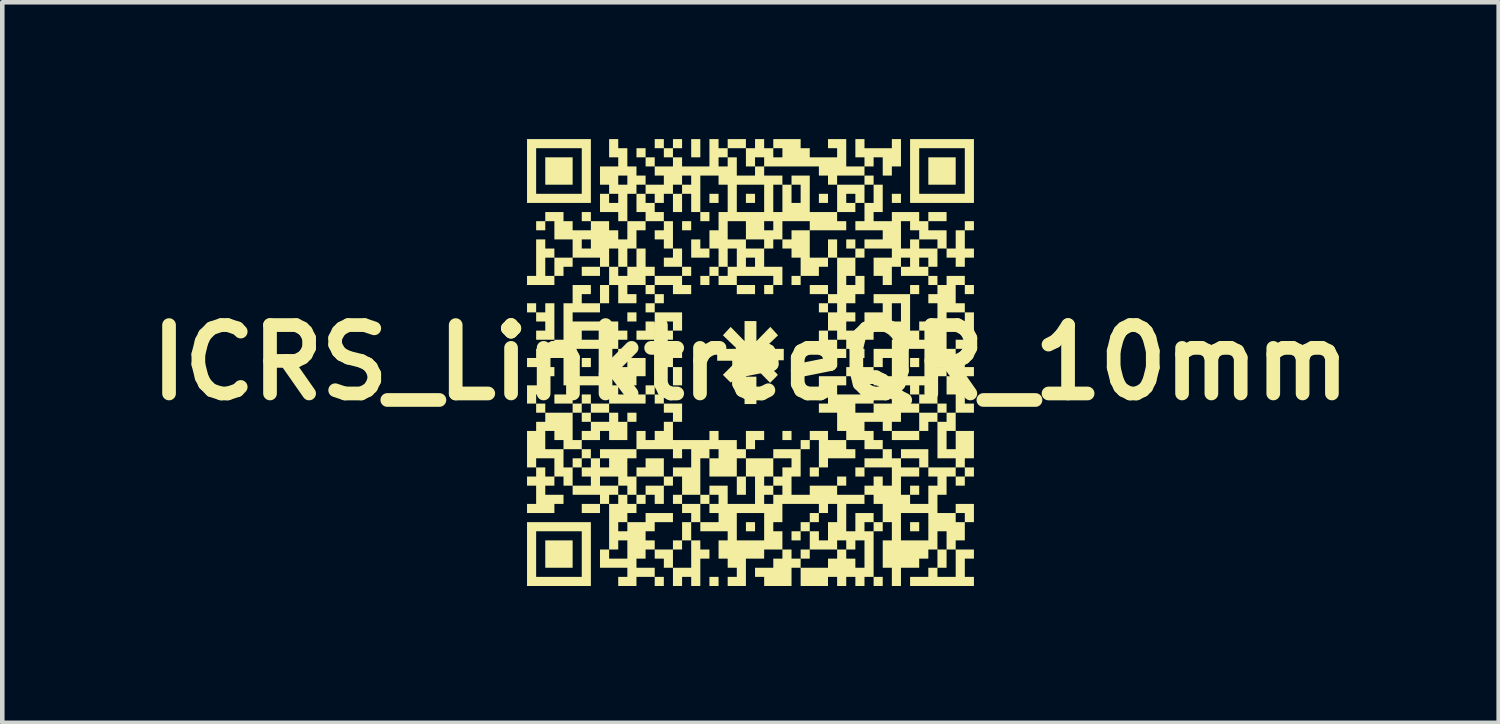
<source format=kicad_pcb>
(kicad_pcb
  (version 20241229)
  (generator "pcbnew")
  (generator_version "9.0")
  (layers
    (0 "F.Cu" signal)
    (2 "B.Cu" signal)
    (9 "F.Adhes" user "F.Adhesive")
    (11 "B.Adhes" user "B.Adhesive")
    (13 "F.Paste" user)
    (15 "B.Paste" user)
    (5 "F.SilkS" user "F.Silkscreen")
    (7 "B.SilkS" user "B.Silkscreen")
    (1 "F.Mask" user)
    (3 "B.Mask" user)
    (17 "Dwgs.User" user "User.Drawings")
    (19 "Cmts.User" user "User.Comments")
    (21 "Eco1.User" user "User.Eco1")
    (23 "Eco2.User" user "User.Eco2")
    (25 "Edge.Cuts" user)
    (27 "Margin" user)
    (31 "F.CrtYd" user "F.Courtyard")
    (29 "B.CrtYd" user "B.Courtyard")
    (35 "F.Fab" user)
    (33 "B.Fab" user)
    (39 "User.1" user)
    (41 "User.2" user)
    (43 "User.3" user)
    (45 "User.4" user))
  (footprint "ICRS_LinktreeQR_10mm"
    (layer "F.Cu")
    (at 13.407 4.9)
    (property "Reference" "ICRS_LinktreeQR_10mm" (at 0 0 0) (layer "F.SilkS") (effects (font (size 1.5 1.5) (thickness 0.3))))
    (attr board_only exclude_from_pos_files exclude_from_bom)
    (fp_poly (pts (xy -4.3 0.2) (xy -4.3 0.3) (xy -4.4 0.3) (xy -4.5 0.3) (xy -4.5 0.2) (xy -4.5 0.1) (xy -4.4 0.1) (xy -4.3 0.1)) (stroke (width 0) (type solid)) (fill yes) (layer "F.SilkS"))
    (fp_poly (pts (xy -3.9 -4.2) (xy -3.9 -3.9) (xy -4.2 -3.9) (xy -4.5 -3.9) (xy -4.5 -4.2) (xy -4.5 -4.5) (xy -4.2 -4.5) (xy -3.9 -4.5)) (stroke (width 0) (type solid)) (fill yes) (layer "F.SilkS"))
    (fp_poly (pts (xy -3.9 4.2) (xy -3.9 4.5) (xy -4.2 4.5) (xy -4.5 4.5) (xy -4.5 4.2) (xy -4.5 3.9) (xy -4.2 3.9) (xy -3.9 3.9)) (stroke (width 0) (type solid)) (fill yes) (layer "F.SilkS"))
    (fp_poly (pts (xy -3.5 -3.2) (xy -3.5 -3.1) (xy -3.6 -3.1) (xy -3.7 -3.1) (xy -3.7 -3.2) (xy -3.7 -3.3) (xy -3.6 -3.3) (xy -3.5 -3.3)) (stroke (width 0) (type solid)) (fill yes) (layer "F.SilkS"))
    (fp_poly (pts (xy -3.5 0) (xy -3.5 0.1) (xy -3.6 0.1) (xy -3.7 0.1) (xy -3.7 0) (xy -3.7 -0.1) (xy -3.6 -0.1) (xy -3.5 -0.1)) (stroke (width 0) (type solid)) (fill yes) (layer "F.SilkS"))
    (fp_poly (pts (xy -2.7 -0.2) (xy -2.7 -0.1) (xy -2.8 -0.1) (xy -2.9 -0.1) (xy -2.9 -0.2) (xy -2.9 -0.3) (xy -2.8 -0.3) (xy -2.7 -0.3)) (stroke (width 0) (type solid)) (fill yes) (layer "F.SilkS"))
    (fp_poly (pts (xy -2.5 -1) (xy -2.5 -0.9) (xy -2.6 -0.9) (xy -2.7 -0.9) (xy -2.7 -1) (xy -2.7 -1.1) (xy -2.6 -1.1) (xy -2.5 -1.1)) (stroke (width 0) (type solid)) (fill yes) (layer "F.SilkS"))
    (fp_poly (pts (xy -2.3 -4.6) (xy -2.3 -4.5) (xy -2.4 -4.5) (xy -2.5 -4.5) (xy -2.5 -4.6) (xy -2.5 -4.7) (xy -2.4 -4.7) (xy -2.3 -4.7)) (stroke (width 0) (type solid)) (fill yes) (layer "F.SilkS"))
    (fp_poly (pts (xy -2.1 0.6) (xy -2.1 0.7) (xy -2.2 0.7) (xy -2.3 0.7) (xy -2.3 0.6) (xy -2.3 0.5) (xy -2.2 0.5) (xy -2.1 0.5)) (stroke (width 0) (type solid)) (fill yes) (layer "F.SilkS"))
    (fp_poly (pts (xy -1.9 0.8) (xy -1.9 0.9) (xy -2 0.9) (xy -2.1 0.9) (xy -2.1 0.8) (xy -2.1 0.7) (xy -2 0.7) (xy -1.9 0.7)) (stroke (width 0) (type solid)) (fill yes) (layer "F.SilkS"))
    (fp_poly (pts (xy -1.9 4.8) (xy -1.9 4.9) (xy -2 4.9) (xy -2.1 4.9) (xy -2.1 4.8) (xy -2.1 4.7) (xy -2 4.7) (xy -1.9 4.7)) (stroke (width 0) (type solid)) (fill yes) (layer "F.SilkS"))
    (fp_poly (pts (xy -1.5 -3.5) (xy -1.5 -3.3) (xy -1.6 -3.3) (xy -1.7 -3.3) (xy -1.7 -3.5) (xy -1.7 -3.7) (xy -1.6 -3.7) (xy -1.5 -3.7)) (stroke (width 0) (type solid)) (fill yes) (layer "F.SilkS"))
    (fp_poly (pts (xy -1.5 0.3) (xy -1.5 0.5) (xy -1.6 0.5) (xy -1.7 0.5) (xy -1.7 0.3) (xy -1.7 0.1) (xy -1.6 0.1) (xy -1.5 0.1)) (stroke (width 0) (type solid)) (fill yes) (layer "F.SilkS"))
    (fp_poly (pts (xy -1.5 4) (xy -1.5 4.1) (xy -1.6 4.1) (xy -1.7 4.1) (xy -1.7 4) (xy -1.7 3.9) (xy -1.6 3.9) (xy -1.5 3.9)) (stroke (width 0) (type solid)) (fill yes) (layer "F.SilkS"))
    (fp_poly (pts (xy -1.3 -3) (xy -1.3 -2.9) (xy -1.4 -2.9) (xy -1.5 -2.9) (xy -1.5 -3) (xy -1.5 -3.1) (xy -1.4 -3.1) (xy -1.3 -3.1)) (stroke (width 0) (type solid)) (fill yes) (layer "F.SilkS"))
    (fp_poly (pts (xy -1.1 -4.7) (xy -1.1 -4.5) (xy -1.2 -4.5) (xy -1.3 -4.5) (xy -1.3 -4.7) (xy -1.3 -4.9) (xy -1.2 -4.9) (xy -1.1 -4.9)) (stroke (width 0) (type solid)) (fill yes) (layer "F.SilkS"))
    (fp_poly (pts (xy -0.9 -3.2) (xy -0.9 -3.1) (xy -1 -3.1) (xy -1.1 -3.1) (xy -1.1 -3.2) (xy -1.1 -3.3) (xy -1 -3.3) (xy -0.9 -3.3)) (stroke (width 0) (type solid)) (fill yes) (layer "F.SilkS"))
    (fp_poly (pts (xy -0.9 3) (xy -0.9 3.1) (xy -1 3.1) (xy -1.1 3.1) (xy -1.1 3) (xy -1.1 2.9) (xy -1 2.9) (xy -0.9 2.9)) (stroke (width 0) (type solid)) (fill yes) (layer "F.SilkS"))
    (fp_poly (pts (xy -0.7 -3.6) (xy -0.7 -3.5) (xy -0.8 -3.5) (xy -0.9 -3.5) (xy -0.9 -3.6) (xy -0.9 -3.7) (xy -0.8 -3.7) (xy -0.7 -3.7)) (stroke (width 0) (type solid)) (fill yes) (layer "F.SilkS"))
    (fp_poly (pts (xy -0.7 4.8) (xy -0.7 4.9) (xy -0.8 4.9) (xy -0.9 4.9) (xy -0.9 4.8) (xy -0.9 4.7) (xy -0.8 4.7) (xy -0.7 4.7)) (stroke (width 0) (type solid)) (fill yes) (layer "F.SilkS"))
    (fp_poly (pts (xy -0.1 2.7) (xy -0.1 2.9) (xy -0.2 2.9) (xy -0.3 2.9) (xy -0.3 2.7) (xy -0.3 2.5) (xy -0.2 2.5) (xy -0.1 2.5)) (stroke (width 0) (type solid)) (fill yes) (layer "F.SilkS"))
    (fp_poly (pts (xy 0.1 -3.6) (xy 0.1 -3.5) (xy 0 -3.5) (xy -0.1 -3.5) (xy -0.1 -3.6) (xy -0.1 -3.7) (xy 0 -3.7) (xy 0.1 -3.7)) (stroke (width 0) (type solid)) (fill yes) (layer "F.SilkS"))
    (fp_poly (pts (xy 0.1 -1.6) (xy 0.1 -1.5) (xy -0.1 -1.5) (xy -0.3 -1.5) (xy -0.3 -1.6) (xy -0.3 -1.7) (xy -0.1 -1.7) (xy 0.1 -1.7)) (stroke (width 0) (type solid)) (fill yes) (layer "F.SilkS"))
    (fp_poly (pts (xy 0.1 3.6) (xy 0.1 3.7) (xy 0 3.7) (xy -0.1 3.7) (xy -0.1 3.6) (xy -0.1 3.5) (xy 0 3.5) (xy 0.1 3.5)) (stroke (width 0) (type solid)) (fill yes) (layer "F.SilkS"))
    (fp_poly (pts (xy 0.13 0.61) (xy 0.13 0.91) (xy 0 0.91) (xy -0.13 0.91) (xy -0.13 0.61) (xy -0.13 0.31) (xy 0 0.31) (xy 0.13 0.31)) (stroke (width 0) (type solid)) (fill yes) (layer "F.SilkS"))
    (fp_poly (pts (xy 0.5 -1.6) (xy 0.5 -1.5) (xy 0.4 -1.5) (xy 0.3 -1.5) (xy 0.3 -1.6) (xy 0.3 -1.7) (xy 0.4 -1.7) (xy 0.5 -1.7)) (stroke (width 0) (type solid)) (fill yes) (layer "F.SilkS"))
    (fp_poly (pts (xy 0.9 1.6) (xy 0.9 1.7) (xy 0.8 1.7) (xy 0.7 1.7) (xy 0.7 1.6) (xy 0.7 1.5) (xy 0.8 1.5) (xy 0.9 1.5)) (stroke (width 0) (type solid)) (fill yes) (layer "F.SilkS"))
    (fp_poly (pts (xy 1.3 4.2) (xy 1.3 4.3) (xy 1.2 4.3) (xy 1.1 4.3) (xy 1.1 4.2) (xy 1.1 4.1) (xy 1.2 4.1) (xy 1.3 4.1)) (stroke (width 0) (type solid)) (fill yes) (layer "F.SilkS"))
    (fp_poly (pts (xy 1.7 -3.6) (xy 1.7 -3.5) (xy 1.6 -3.5) (xy 1.5 -3.5) (xy 1.5 -3.6) (xy 1.5 -3.7) (xy 1.6 -3.7) (xy 1.7 -3.7)) (stroke (width 0) (type solid)) (fill yes) (layer "F.SilkS"))
    (fp_poly (pts (xy 2.1 2.6) (xy 2.1 2.7) (xy 2 2.7) (xy 1.9 2.7) (xy 1.9 2.6) (xy 1.9 2.5) (xy 2 2.5) (xy 2.1 2.5)) (stroke (width 0) (type solid)) (fill yes) (layer "F.SilkS"))
    (fp_poly (pts (xy 2.3 -2.6) (xy 2.3 -2.5) (xy 2.2 -2.5) (xy 2.1 -2.5) (xy 2.1 -2.6) (xy 2.1 -2.7) (xy 2.2 -2.7) (xy 2.3 -2.7)) (stroke (width 0) (type solid)) (fill yes) (layer "F.SilkS"))
    (fp_poly (pts (xy 2.5 -0.2) (xy 2.5 -0.1) (xy 2.4 -0.1) (xy 2.3 -0.1) (xy 2.3 -0.2) (xy 2.3 -0.3) (xy 2.4 -0.3) (xy 2.5 -0.3)) (stroke (width 0) (type solid)) (fill yes) (layer "F.SilkS"))
    (fp_poly (pts (xy 2.5 2.4) (xy 2.5 2.5) (xy 2.4 2.5) (xy 2.3 2.5) (xy 2.3 2.4) (xy 2.3 2.3) (xy 2.4 2.3) (xy 2.5 2.3)) (stroke (width 0) (type solid)) (fill yes) (layer "F.SilkS"))
    (fp_poly (pts (xy 2.7 -4) (xy 2.7 -3.9) (xy 2.6 -3.9) (xy 2.5 -3.9) (xy 2.5 -4) (xy 2.5 -4.1) (xy 2.6 -4.1) (xy 2.7 -4.1)) (stroke (width 0) (type solid)) (fill yes) (layer "F.SilkS"))
    (fp_poly (pts (xy 2.7 0.2) (xy 2.7 0.3) (xy 2.4 0.3) (xy 2.1 0.3) (xy 2.1 0.2) (xy 2.1 0.1) (xy 2.4 0.1) (xy 2.7 0.1)) (stroke (width 0) (type solid)) (fill yes) (layer "F.SilkS"))
    (fp_poly (pts (xy 2.9 4.8) (xy 2.9 4.9) (xy 2.8 4.9) (xy 2.7 4.9) (xy 2.7 4.8) (xy 2.7 4.7) (xy 2.8 4.7) (xy 2.9 4.7)) (stroke (width 0) (type solid)) (fill yes) (layer "F.SilkS"))
    (fp_poly (pts (xy 3.3 -3.6) (xy 3.3 -3.5) (xy 3.2 -3.5) (xy 3.1 -3.5) (xy 3.1 -3.6) (xy 3.1 -3.7) (xy 3.2 -3.7) (xy 3.3 -3.7)) (stroke (width 0) (type solid)) (fill yes) (layer "F.SilkS"))
    (fp_poly (pts (xy 3.7 -1.6) (xy 3.7 -1.5) (xy 3.6 -1.5) (xy 3.5 -1.5) (xy 3.5 -1.6) (xy 3.5 -1.7) (xy 3.6 -1.7) (xy 3.7 -1.7)) (stroke (width 0) (type solid)) (fill yes) (layer "F.SilkS"))
    (fp_poly (pts (xy 3.7 0) (xy 3.7 0.1) (xy 3.6 0.1) (xy 3.5 0.1) (xy 3.5 0) (xy 3.5 -0.1) (xy 3.6 -0.1) (xy 3.7 -0.1)) (stroke (width 0) (type solid)) (fill yes) (layer "F.SilkS"))
    (fp_poly (pts (xy 3.7 2.8) (xy 3.7 2.9) (xy 3.6 2.9) (xy 3.5 2.9) (xy 3.5 2.8) (xy 3.5 2.7) (xy 3.6 2.7) (xy 3.7 2.7)) (stroke (width 0) (type solid)) (fill yes) (layer "F.SilkS"))
    (fp_poly (pts (xy 3.7 3.6) (xy 3.7 3.7) (xy 3.6 3.7) (xy 3.5 3.7) (xy 3.5 3.6) (xy 3.5 3.5) (xy 3.6 3.5) (xy 3.7 3.5)) (stroke (width 0) (type solid)) (fill yes) (layer "F.SilkS"))
    (fp_poly (pts (xy 4.5 -4.2) (xy 4.5 -3.9) (xy 4.2 -3.9) (xy 3.9 -3.9) (xy 3.9 -4.2) (xy 3.9 -4.5) (xy 4.2 -4.5) (xy 4.5 -4.5)) (stroke (width 0) (type solid)) (fill yes) (layer "F.SilkS"))
    (fp_poly (pts (xy 4.9 -1.6) (xy 4.9 -1.5) (xy 4.8 -1.5) (xy 4.7 -1.5) (xy 4.7 -1.6) (xy 4.7 -1.7) (xy 4.8 -1.7) (xy 4.9 -1.7)) (stroke (width 0) (type solid)) (fill yes) (layer "F.SilkS"))
    (fp_poly (pts (xy -4.5 0.6) (xy -4.5 0.7) (xy -4.6 0.7) (xy -4.7 0.7) (xy -4.7 0.8) (xy -4.7 0.9) (xy -4.8 0.9) (xy -4.9 0.9) (xy -4.9 0.7) (xy -4.9 0.5) (xy -4.7 0.5) (xy -4.5 0.5)) (stroke (width 0) (type solid)) (fill yes) (layer "F.SilkS"))
    (fp_poly (pts (xy -1.5 -2.3) (xy -1.5 -2.1) (xy -1.7 -2.1) (xy -1.9 -2.1) (xy -1.9 -2.2) (xy -1.9 -2.3) (xy -1.8 -2.3) (xy -1.7 -2.3) (xy -1.7 -2.4) (xy -1.7 -2.5) (xy -1.6 -2.5) (xy -1.5 -2.5)) (stroke (width 0) (type solid)) (fill yes) (layer "F.SilkS"))
    (fp_poly (pts (xy -1.1 -2.6) (xy -1.1 -2.5) (xy -1 -2.5) (xy -0.9 -2.5) (xy -0.9 -2.4) (xy -0.9 -2.3) (xy -1.1 -2.3) (xy -1.3 -2.3) (xy -1.3 -2.5) (xy -1.3 -2.7) (xy -1.2 -2.7) (xy -1.1 -2.7)) (stroke (width 0) (type solid)) (fill yes) (layer "F.SilkS"))
    (fp_poly (pts (xy 3.9 2.1) (xy 3.9 2.3) (xy 3.8 2.3) (xy 3.7 2.3) (xy 3.7 2.2) (xy 3.7 2.1) (xy 3.5 2.1) (xy 3.3 2.1) (xy 3.3 2) (xy 3.3 1.9) (xy 3.6 1.9) (xy 3.9 1.9)) (stroke (width 0) (type solid)) (fill yes) (layer "F.SilkS"))
    (fp_poly (pts (xy -3.5 2) (xy -3.5 2.1) (xy -3.6 2.1) (xy -3.7 2.1) (xy -3.7 2.2) (xy -3.7 2.3) (xy -3.8 2.3) (xy -3.9 2.3) (xy -3.9 2.2) (xy -3.9 2.1) (xy -3.8 2.1) (xy -3.7 2.1) (xy -3.7 2) (xy -3.7 1.9) (xy -3.6 1.9) (xy -3.5 1.9)) (stroke (width 0) (type solid)) (fill yes) (layer "F.SilkS"))
    (fp_poly (pts (xy -1.9 -1.4) (xy -1.9 -1.3) (xy -2 -1.3) (xy -2.1 -1.3) (xy -2.1 -1.2) (xy -2.1 -1.1) (xy -2.2 -1.1) (xy -2.3 -1.1) (xy -2.3 -1.2) (xy -2.3 -1.3) (xy -2.2 -1.3) (xy -2.1 -1.3) (xy -2.1 -1.4) (xy -2.1 -1.5) (xy -2 -1.5) (xy -1.9 -1.5)) (stroke (width 0) (type solid)) (fill yes) (layer "F.SilkS"))
    (fp_poly (pts (xy -1.7 -2.8) (xy -1.7 -2.5) (xy -1.8 -2.5) (xy -1.9 -2.5) (xy -1.9 -2.6) (xy -1.9 -2.7) (xy -2 -2.7) (xy -2.1 -2.7) (xy -2.1 -2.8) (xy -2.1 -2.9) (xy -2 -2.9) (xy -1.9 -2.9) (xy -1.9 -3) (xy -1.9 -3.1) (xy -1.8 -3.1) (xy -1.7 -3.1)) (stroke (width 0) (type solid)) (fill yes) (layer "F.SilkS"))
    (fp_poly (pts (xy -0.7 -2) (xy -0.7 -1.9) (xy -0.8 -1.9) (xy -0.9 -1.9) (xy -0.9 -1.8) (xy -0.9 -1.7) (xy -1 -1.7) (xy -1.1 -1.7) (xy -1.1 -1.8) (xy -1.1 -1.9) (xy -1 -1.9) (xy -0.9 -1.9) (xy -0.9 -2) (xy -0.9 -2.1) (xy -0.8 -2.1) (xy -0.7 -2.1)) (stroke (width 0) (type solid)) (fill yes) (layer "F.SilkS"))
    (fp_poly (pts (xy -3.5 -4.2) (xy -3.5 -3.5) (xy -4.2 -3.5) (xy -4.9 -3.5) (xy -4.9 -4.2) (xy -4.7 -4.2) (xy -4.7 -3.7) (xy -4.2 -3.7) (xy -3.7 -3.7) (xy -3.7 -4.2) (xy -3.7 -4.7) (xy -4.2 -4.7) (xy -4.7 -4.7) (xy -4.7 -4.2) (xy -4.9 -4.2) (xy -4.9 -4.9) (xy -4.2 -4.9) (xy -3.5 -4.9)) (stroke (width 0) (type solid)) (fill yes) (layer "F.SilkS"))
    (fp_poly (pts (xy -3.5 4.2) (xy -3.5 4.9) (xy -4.2 4.9) (xy -4.9 4.9) (xy -4.9 4.2) (xy -4.7 4.2) (xy -4.7 4.7) (xy -4.2 4.7) (xy -3.7 4.7) (xy -3.7 4.2) (xy -3.7 3.7) (xy -4.2 3.7) (xy -4.7 3.7) (xy -4.7 4.2) (xy -4.9 4.2) (xy -4.9 3.5) (xy -4.2 3.5) (xy -3.5 3.5)) (stroke (width 0) (type solid)) (fill yes) (layer "F.SilkS"))
    (fp_poly (pts (xy 4.9 -4.2) (xy 4.9 -3.5) (xy 4.2 -3.5) (xy 3.5 -3.5) (xy 3.5 -4.2) (xy 3.7 -4.2) (xy 3.7 -3.7) (xy 4.2 -3.7) (xy 4.7 -3.7) (xy 4.7 -4.2) (xy 4.7 -4.7) (xy 4.2 -4.7) (xy 3.7 -4.7) (xy 3.7 -4.2) (xy 3.5 -4.2) (xy 3.5 -4.9) (xy 4.2 -4.9) (xy 4.9 -4.9)) (stroke (width 0) (type solid)) (fill yes) (layer "F.SilkS"))
    (fp_poly (pts (xy -2.3 -3.6) (xy -2.3 -3.5) (xy -2.2 -3.5) (xy -2.1 -3.5) (xy -2.1 -3.4) (xy -2.1 -3.3) (xy -2 -3.3) (xy -1.9 -3.3) (xy -1.9 -3.2) (xy -1.9 -3.1) (xy -2.1 -3.1) (xy -2.3 -3.1) (xy -2.3 -3.2) (xy -2.3 -3.3) (xy -2.4 -3.3) (xy -2.5 -3.3) (xy -2.5 -3.5) (xy -2.5 -3.7) (xy -2.4 -3.7) (xy -2.3 -3.7)) (stroke (width 0) (type solid)) (fill yes) (layer "F.SilkS"))
    (fp_poly (pts (xy 2.5 -3.7) (xy 2.5 -3.5) (xy 2.4 -3.5) (xy 2.3 -3.5) (xy 2.3 -3.4) (xy 2.3 -3.3) (xy 2.1 -3.3) (xy 1.9 -3.3) (xy 1.9 -3.6) (xy 2.1 -3.6) (xy 2.1 -3.5) (xy 2.2 -3.5) (xy 2.3 -3.5) (xy 2.3 -3.6) (xy 2.3 -3.7) (xy 2.2 -3.7) (xy 2.1 -3.7) (xy 2.1 -3.6) (xy 1.9 -3.6) (xy 1.9 -3.9) (xy 2.2 -3.9) (xy 2.5 -3.9)) (stroke (width 0) (type solid)) (fill yes) (layer "F.SilkS"))
    (fp_poly (pts (xy -1.9 -4.8) (xy -1.9 -4.7) (xy -1.8 -4.7) (xy -1.7 -4.7) (xy -1.7 -4.8) (xy -1.7 -4.9) (xy -1.6 -4.9) (xy -1.5 -4.9) (xy -1.5 -4.8) (xy -1.5 -4.7) (xy -1.6 -4.7) (xy -1.7 -4.7) (xy -1.7 -4.6) (xy -1.7 -4.5) (xy -1.8 -4.5) (xy -1.9 -4.5) (xy -1.9 -4.6) (xy -1.9 -4.7) (xy -2 -4.7) (xy -2.1 -4.7) (xy -2.1 -4.8) (xy -2.1 -4.9) (xy -2 -4.9) (xy -1.9 -4.9)) (stroke (width 0) (type solid)) (fill yes) (layer "F.SilkS"))
    (fp_poly (pts (xy -1.5 -0.2) (xy -1.5 -0.1) (xy -1.6 -0.1) (xy -1.7 -0.1) (xy -1.7 0) (xy -1.7 0.1) (xy -1.8 0.1) (xy -1.9 0.1) (xy -1.9 0.2) (xy -1.9 0.3) (xy -2 0.3) (xy -2.1 0.3) (xy -2.1 0.2) (xy -2.1 0.1) (xy -2 0.1) (xy -1.9 0.1) (xy -1.9 0) (xy -1.9 -0.1) (xy -2 -0.1) (xy -2.1 -0.1) (xy -2.1 -0.2) (xy -2.1 -0.3) (xy -1.8 -0.3) (xy -1.5 -0.3)) (stroke (width 0) (type solid)) (fill yes) (layer "F.SilkS"))
    (fp_poly (pts (xy 1.5 3.4) (xy 1.5 3.5) (xy 1.4 3.5) (xy 1.3 3.5) (xy 1.3 3.6) (xy 1.3 3.7) (xy 1.2 3.7) (xy 1.1 3.7) (xy 1.1 3.8) (xy 1.1 3.9) (xy 1 3.9) (xy 0.9 3.9) (xy 0.9 3.8) (xy 0.9 3.7) (xy 1 3.7) (xy 1.1 3.7) (xy 1.1 3.6) (xy 1.1 3.5) (xy 1.2 3.5) (xy 1.3 3.5) (xy 1.3 3.4) (xy 1.3 3.3) (xy 1.4 3.3) (xy 1.5 3.3)) (stroke (width 0) (type solid)) (fill yes) (layer "F.SilkS"))
    (fp_poly (pts (xy 4.3 1) (xy 4.3 1.1) (xy 4.2 1.1) (xy 4.1 1.1) (xy 4.1 1.2) (xy 4.1 1.3) (xy 4 1.3) (xy 3.9 1.3) (xy 3.9 1.4) (xy 3.9 1.5) (xy 3.8 1.5) (xy 3.7 1.5) (xy 3.7 1.6) (xy 3.7 1.7) (xy 3.4 1.7) (xy 3.1 1.7) (xy 3.1 1.6) (xy 3.1 1.5) (xy 3.4 1.5) (xy 3.7 1.5) (xy 3.7 1.3) (xy 3.7 1.1) (xy 3.9 1.1) (xy 4.1 1.1) (xy 4.1 1) (xy 4.1 0.9) (xy 4.2 0.9) (xy 4.3 0.9)) (stroke (width 0) (type solid)) (fill yes) (layer "F.SilkS"))
    (fp_poly (pts (xy -1.5 -0.9) (xy -1.5 -0.7) (xy -1.6 -0.7) (xy -1.7 -0.7) (xy -1.7 -0.6) (xy -1.7 -0.5) (xy -1.8 -0.5) (xy -1.9 -0.5) (xy -1.9 -0.6) (xy -1.9 -0.7) (xy -1.8 -0.7) (xy -1.7 -0.7) (xy -1.7 -0.8) (xy -1.7 -0.9) (xy -1.9 -0.9) (xy -2.1 -0.9) (xy -2.1 -0.7) (xy -2.1 -0.5) (xy -2.3 -0.5) (xy -2.5 -0.5) (xy -2.5 -0.6) (xy -2.5 -0.7) (xy -2.4 -0.7) (xy -2.3 -0.7) (xy -2.3 -0.8) (xy -2.3 -0.9) (xy -2.2 -0.9) (xy -2.1 -0.9) (xy -2.1 -1) (xy -2.1 -1.1) (xy -1.8 -1.1) (xy -1.5 -1.1)) (stroke (width 0) (type solid)) (fill yes) (layer "F.SilkS"))
    (fp_poly (pts (xy -1.3 -2) (xy -1.3 -1.9) (xy -1.4 -1.9) (xy -1.5 -1.9) (xy -1.5 -1.8) (xy -1.5 -1.7) (xy -1.4 -1.7) (xy -1.3 -1.7) (xy -1.3 -1.6) (xy -1.3 -1.5) (xy -1.5 -1.5) (xy -1.7 -1.5) (xy -1.7 -1.6) (xy -1.7 -1.7) (xy -1.9 -1.7) (xy -2.1 -1.7) (xy -2.1 -1.6) (xy -2.1 -1.5) (xy -2.2 -1.5) (xy -2.3 -1.5) (xy -2.3 -1.6) (xy -2.3 -1.7) (xy -2.2 -1.7) (xy -2.1 -1.7) (xy -2.1 -1.8) (xy -2.1 -1.9) (xy -1.8 -1.9) (xy -1.5 -1.9) (xy -1.5 -2) (xy -1.5 -2.1) (xy -1.4 -2.1) (xy -1.3 -2.1)) (stroke (width 0) (type solid)) (fill yes) (layer "F.SilkS"))
    (fp_poly (pts (xy -1.1 4) (xy -1.1 4.1) (xy -1 4.1) (xy -0.9 4.1) (xy -0.9 4.2) (xy -0.9 4.3) (xy -1 4.3) (xy -1.1 4.3) (xy -1.1 4.6) (xy -1.1 4.9) (xy -1.2 4.9) (xy -1.3 4.9) (xy -1.3 4.8) (xy -1.3 4.7) (xy -1.4 4.7) (xy -1.5 4.7) (xy -1.5 4.8) (xy -1.5 4.9) (xy -1.6 4.9) (xy -1.7 4.9) (xy -1.7 4.7) (xy -1.7 4.5) (xy -1.8 4.5) (xy -1.9 4.5) (xy -1.9 4.4) (xy -1.9 4.3) (xy -2 4.3) (xy -2.1 4.3) (xy -2.1 4.2) (xy -2.1 4.1) (xy -1.9 4.1) (xy -1.7 4.1) (xy -1.7 4.3) (xy -1.7 4.5) (xy -1.5 4.5) (xy -1.3 4.5) (xy -1.3 4.2) (xy -1.3 3.9) (xy -1.2 3.9) (xy -1.1 3.9)) (stroke (width 0) (type solid)) (fill yes) (layer "F.SilkS"))
    (fp_poly (pts (xy 1.7 1.6) (xy 1.7 1.7) (xy 1.9 1.7) (xy 2.1 1.7) (xy 2.1 1.8) (xy 2.1 1.9) (xy 2.2 1.9) (xy 2.3 1.9) (xy 2.3 2) (xy 2.3 2.1) (xy 2 2.1) (xy 1.7 2.1) (xy 1.7 2.2) (xy 1.7 2.3) (xy 1.6 2.3) (xy 1.5 2.3) (xy 1.5 2.4) (xy 1.5 2.5) (xy 1.4 2.5) (xy 1.3 2.5) (xy 1.3 2.4) (xy 1.3 2.3) (xy 1.4 2.3) (xy 1.5 2.3) (xy 1.5 2) (xy 1.5 1.7) (xy 1.4 1.7) (xy 1.3 1.7) (xy 1.3 1.8) (xy 1.3 1.9) (xy 1.2 1.9) (xy 1.1 1.9) (xy 1.1 1.8) (xy 1.1 1.7) (xy 1.2 1.7) (xy 1.3 1.7) (xy 1.3 1.6) (xy 1.3 1.5) (xy 1.5 1.5) (xy 1.7 1.5)) (stroke (width 0) (type solid)) (fill yes) (layer "F.SilkS"))
    (fp_poly (pts (xy -3.5 1.2) (xy -3.5 1.3) (xy -3.3 1.3) (xy -3.1 1.3) (xy -3.1 1.2) (xy -3.1 1.1) (xy -3 1.1) (xy -2.9 1.1) (xy -2.9 1.2) (xy -2.9 1.3) (xy -2.8 1.3) (xy -2.7 1.3) (xy -2.7 1.2) (xy -2.7 1.1) (xy -2.6 1.1) (xy -2.5 1.1) (xy -2.5 1.2) (xy -2.5 1.3) (xy -2.6 1.3) (xy -2.7 1.3) (xy -2.7 1.5) (xy -2.7 1.7) (xy -2.9 1.7) (xy -3.1 1.7) (xy -3.1 1.6) (xy -3.1 1.5) (xy -3.2 1.5) (xy -3.3 1.5) (xy -3.3 1.6) (xy -3.3 1.7) (xy -3.5 1.7) (xy -3.7 1.7) (xy -3.7 1.6) (xy -3.7 1.5) (xy -3.6 1.5) (xy -3.5 1.5) (xy -3.5 1.4) (xy -3.5 1.3) (xy -3.6 1.3) (xy -3.7 1.3) (xy -3.7 1.2) (xy -3.7 1.1) (xy -3.6 1.1) (xy -3.5 1.1)) (stroke (width 0) (type solid)) (fill yes) (layer "F.SilkS"))
    (fp_poly (pts (xy 0.13 -0.689) (xy 0.13 -0.468) (xy 0.282 -0.625) (xy 0.435 -0.782) (xy 0.52 -0.689) (xy 0.604 -0.597) (xy 0.45 -0.449) (xy 0.295 -0.3) (xy 0.512 -0.3) (xy 0.73 -0.3) (xy 0.73 -0.175) (xy 0.73 -0.05) (xy 0.515 -0.05) (xy 0.452 -0.05) (xy 0.396 -0.049) (xy 0.35 -0.047) (xy 0.318 -0.045) (xy 0.301 -0.043) (xy 0.3 -0.042) (xy 0.307 -0.033) (xy 0.326 -0.012) (xy 0.355 0.018) (xy 0.392 0.057) (xy 0.435 0.1) (xy 0.45 0.115) (xy 0.495 0.159) (xy 0.534 0.199) (xy 0.566 0.232) (xy 0.588 0.255) (xy 0.599 0.268) (xy 0.6 0.269) (xy 0.593 0.278) (xy 0.575 0.298) (xy 0.548 0.327) (xy 0.515 0.36) (xy 0.515 0.36) (xy 0.43 0.444) (xy 0.215 0.225) (xy 0.000094 0.005) (xy -0.212 0.223) (xy -0.266 0.277) (xy -0.314 0.326) (xy -0.357 0.369) (xy -0.391 0.403) (xy -0.415 0.427) (xy -0.429 0.439) (xy -0.43 0.44) (xy -0.439 0.433) (xy -0.459 0.415) (xy -0.487 0.388) (xy -0.52 0.355) (xy -0.52 0.355) (xy -0.605 0.27) (xy -0.45 0.115) (xy -0.295 -0.04) (xy -0.513 -0.04) (xy -0.73 -0.04) (xy -0.73 -0.17) (xy -0.73 -0.3) (xy -0.512 -0.3) (xy -0.295 -0.301) (xy -0.45 -0.449) (xy -0.604 -0.597) (xy -0.52 -0.689) (xy -0.435 -0.781) (xy -0.282 -0.625) (xy -0.13 -0.469) (xy -0.13 -0.69) (xy -0.13 -0.91) (xy 0 -0.91) (xy 0.13 -0.91)) (stroke (width 0) (type solid)) (fill yes) (layer "F.SilkS"))
    (fp_poly (pts (xy -4.1 -3.2) (xy -4.1 -3.1) (xy -4 -3.1) (xy -3.9 -3.1) (xy -3.9 -3) (xy -3.9 -2.9) (xy -3.7 -2.9) (xy -3.5 -2.9) (xy -3.5 -3) (xy -3.5 -3.1) (xy -3.3 -3.1) (xy -3.1 -3.1) (xy -3.1 -3) (xy -3.1 -2.9) (xy -3 -2.9) (xy -2.9 -2.9) (xy -2.9 -2.8) (xy -2.9 -2.7) (xy -2.8 -2.7) (xy -2.7 -2.7) (xy -2.7 -2.9) (xy -2.7 -3.1) (xy -2.5 -3.1) (xy -2.3 -3.1) (xy -2.3 -3) (xy -2.3 -2.9) (xy -2.4 -2.9) (xy -2.5 -2.9) (xy -2.5 -2.7) (xy -2.5 -2.5) (xy -2.6 -2.5) (xy -2.7 -2.5) (xy -2.7 -2.3) (xy -2.7 -2.1) (xy -2.8 -2.1) (xy -2.9 -2.1) (xy -2.9 -2.3) (xy -2.9 -2.5) (xy -3 -2.5) (xy -3.1 -2.5) (xy -3.1 -2.3) (xy -3.1 -2.1) (xy -3.2 -2.1) (xy -3.3 -2.1) (xy -3.3 -2) (xy -3.3 -1.9) (xy -3.5 -1.9) (xy -3.7 -1.9) (xy -3.7 -2) (xy -3.7 -2.1) (xy -3.5 -2.1) (xy -3.3 -2.1) (xy -3.3 -2.2) (xy -3.3 -2.3) (xy -3.6 -2.3) (xy -3.9 -2.3) (xy -3.9 -2.2) (xy -3.9 -2.1) (xy -4 -2.1) (xy -4.1 -2.1) (xy -4.1 -2) (xy -4.1 -1.9) (xy -4.2 -1.9) (xy -4.3 -1.9) (xy -4.3 -1.8) (xy -4.3 -1.7) (xy -4.6 -1.7) (xy -4.9 -1.7) (xy -4.9 -1.8) (xy -4.9 -1.9) (xy -4.8 -1.9) (xy -4.7 -1.9) (xy -4.7 -2.1) (xy -4.5 -2.1) (xy -4.5 -1.9) (xy -4.4 -1.9) (xy -4.3 -1.9) (xy -4.3 -2.1) (xy -4.3 -2.3) (xy -4.4 -2.3) (xy -4.5 -2.3) (xy -4.5 -2.1) (xy -4.7 -2.1) (xy -4.7 -2.3) (xy -4.7 -2.7) (xy -4.6 -2.7) (xy -4.5 -2.7) (xy -4.5 -2.6) (xy -4.5 -2.5) (xy -4.4 -2.5) (xy -4.3 -2.5) (xy -4.3 -2.4) (xy -4.3 -2.3) (xy -4.1 -2.3) (xy -3.9 -2.3) (xy -3.9 -2.5) (xy -3.9 -2.6) (xy -3.7 -2.6) (xy -3.7 -2.5) (xy -3.6 -2.5) (xy -3.5 -2.5) (xy -3.5 -2.6) (xy -3.5 -2.7) (xy -3.6 -2.7) (xy -3.7 -2.7) (xy -3.7 -2.6) (xy -3.9 -2.6) (xy -3.9 -2.7) (xy -4.1 -2.7) (xy -4.3 -2.7) (xy -4.3 -2.9) (xy -4.3 -3.1) (xy -4.4 -3.1) (xy -4.5 -3.1) (xy -4.5 -3) (xy -4.5 -2.9) (xy -4.6 -2.9) (xy -4.7 -2.9) (xy -4.7 -3) (xy -4.7 -3.1) (xy -4.6 -3.1) (xy -4.5 -3.1) (xy -4.5 -3.2) (xy -4.5 -3.3) (xy -4.3 -3.3) (xy -4.1 -3.3)) (stroke (width 0) (type solid)) (fill yes) (layer "F.SilkS"))
    (fp_poly (pts (xy -1.5 1.1) (xy -1.5 1.3) (xy -1.6 1.3) (xy -1.7 1.3) (xy -1.7 1.5) (xy -1.7 1.7) (xy -1.3 1.7) (xy -0.9 1.7) (xy -0.9 1.6) (xy -0.9 1.5) (xy -0.8 1.5) (xy -0.7 1.5) (xy -0.7 1.6) (xy -0.7 1.7) (xy -0.5 1.7) (xy -0.3 1.7) (xy -0.3 1.8) (xy -0.3 1.9) (xy -0.2 1.9) (xy -0.1 1.9) (xy -0.1 1.7) (xy -0.1 1.5) (xy 0.1 1.5) (xy 0.3 1.5) (xy 0.3 1.6) (xy 0.3 1.7) (xy 0.2 1.7) (xy 0.1 1.7) (xy 0.1 1.8) (xy 0.1 1.9) (xy 0 1.9) (xy -0.1 1.9) (xy -0.1 2) (xy -0.1 2.1) (xy -0.2 2.1) (xy -0.3 2.1) (xy -0.3 2.3) (xy -0.3 2.5) (xy -0.6 2.5) (xy -0.9 2.5) (xy -0.9 2.3) (xy -0.9 2.1) (xy -1 2.1) (xy -1.1 2.1) (xy -1.1 2.5) (xy -1.1 2.9) (xy -1.3 2.9) (xy -1.5 2.9) (xy -1.5 3) (xy -1.5 3.1) (xy -1.6 3.1) (xy -1.7 3.1) (xy -1.7 3) (xy -1.7 2.9) (xy -1.6 2.9) (xy -1.5 2.9) (xy -1.5 2.7) (xy -1.5 2.5) (xy -1.6 2.5) (xy -1.7 2.5) (xy -1.7 2.6) (xy -1.7 2.7) (xy -1.8 2.7) (xy -1.9 2.7) (xy -1.9 2.9) (xy -1.9 3.1) (xy -2 3.1) (xy -2.1 3.1) (xy -2.1 3) (xy -2.1 2.9) (xy -2.2 2.9) (xy -2.3 2.9) (xy -2.3 3) (xy -2.3 3.1) (xy -2.4 3.1) (xy -2.5 3.1) (xy -2.5 3) (xy -2.5 2.9) (xy -2.4 2.9) (xy -2.3 2.9) (xy -2.3 2.8) (xy -2.3 2.7) (xy -2.1 2.7) (xy -1.9 2.7) (xy -1.9 2.6) (xy -1.9 2.5) (xy -2.2 2.5) (xy -2.5 2.5) (xy -2.5 2.4) (xy -2.5 2.3) (xy -2.4 2.3) (xy -2.3 2.3) (xy -2.3 2.2) (xy -2.3 2.1) (xy -2.1 2.1) (xy -1.9 2.1) (xy -1.9 2.3) (xy -1.9 2.5) (xy -1.8 2.5) (xy -1.7 2.5) (xy -1.7 2.4) (xy -1.7 2.3) (xy -1.5 2.3) (xy -1.3 2.3) (xy -1.3 2.1) (xy -1.3 2) (xy -0.9 2) (xy -0.9 2.1) (xy -0.8 2.1) (xy -0.7 2.1) (xy -0.7 2) (xy -0.7 1.9) (xy -0.8 1.9) (xy -0.9 1.9) (xy -0.9 2) (xy -1.3 2) (xy -1.3 1.9) (xy -1.4 1.9) (xy -1.5 1.9) (xy -1.5 2) (xy -1.5 2.1) (xy -1.6 2.1) (xy -1.7 2.1) (xy -1.7 2) (xy -1.7 1.9) (xy -2.1 1.9) (xy -2.5 1.9) (xy -2.5 1.7) (xy -2.5 1.5) (xy -2.4 1.5) (xy -2.3 1.5) (xy -2.3 1.6) (xy -2.3 1.7) (xy -2.2 1.7) (xy -2.1 1.7) (xy -2.1 1.6) (xy -2.1 1.5) (xy -2 1.5) (xy -1.9 1.5) (xy -1.9 1.4) (xy -1.9 1.3) (xy -1.8 1.3) (xy -1.7 1.3) (xy -1.7 1.2) (xy -1.7 1.1) (xy -1.8 1.1) (xy -1.9 1.1) (xy -1.9 1) (xy -1.9 0.9) (xy -1.7 0.9) (xy -1.5 0.9)) (stroke (width 0) (type solid)) (fill yes) (layer "F.SilkS"))
    (fp_poly (pts (xy 2.9 -3.6) (xy 2.9 -3.3) (xy 2.8 -3.3) (xy 2.7 -3.3) (xy 2.7 -3.2) (xy 2.7 -3.1) (xy 2.9 -3.1) (xy 3.1 -3.1) (xy 3.1 -3.2) (xy 3.1 -3.3) (xy 3.4 -3.3) (xy 3.7 -3.3) (xy 3.7 -3.2) (xy 3.7 -3.1) (xy 3.8 -3.1) (xy 3.9 -3.1) (xy 3.9 -3.2) (xy 3.9 -3.3) (xy 4.1 -3.3) (xy 4.3 -3.3) (xy 4.3 -3.2) (xy 4.3 -3.1) (xy 4.1 -3.1) (xy 3.9 -3.1) (xy 3.9 -3) (xy 3.9 -2.9) (xy 4.1 -2.9) (xy 4.3 -2.9) (xy 4.3 -2.7) (xy 4.3 -2.5) (xy 4.4 -2.5) (xy 4.5 -2.5) (xy 4.5 -2.7) (xy 4.5 -2.9) (xy 4.6 -2.9) (xy 4.7 -2.9) (xy 4.7 -3) (xy 4.7 -3.1) (xy 4.8 -3.1) (xy 4.9 -3.1) (xy 4.9 -3) (xy 4.9 -2.9) (xy 4.8 -2.9) (xy 4.7 -2.9) (xy 4.7 -2.7) (xy 4.7 -2.5) (xy 4.8 -2.5) (xy 4.9 -2.5) (xy 4.9 -2.4) (xy 4.9 -2.3) (xy 4.8 -2.3) (xy 4.7 -2.3) (xy 4.7 -2.2) (xy 4.7 -2.1) (xy 4.6 -2.1) (xy 4.5 -2.1) (xy 4.5 -2.2) (xy 4.5 -2.3) (xy 4.4 -2.3) (xy 4.3 -2.3) (xy 4.3 -2.4) (xy 4.3 -2.5) (xy 4.2 -2.5) (xy 4.1 -2.5) (xy 4.1 -2.3) (xy 4.1 -2.1) (xy 4 -2.1) (xy 3.9 -2.1) (xy 3.9 -2) (xy 3.9 -1.9) (xy 3.6 -1.9) (xy 3.3 -1.9) (xy 3.3 -2) (xy 3.3 -2.1) (xy 3.4 -2.1) (xy 3.5 -2.1) (xy 3.5 -2.2) (xy 3.7 -2.2) (xy 3.7 -2.1) (xy 3.8 -2.1) (xy 3.9 -2.1) (xy 3.9 -2.2) (xy 3.9 -2.3) (xy 3.8 -2.3) (xy 3.7 -2.3) (xy 3.7 -2.2) (xy 3.5 -2.2) (xy 3.5 -2.3) (xy 3.4 -2.3) (xy 3.3 -2.3) (xy 3.3 -2.2) (xy 3.3 -2.1) (xy 3.2 -2.1) (xy 3.1 -2.1) (xy 3.1 -1.9) (xy 3.1 -1.7) (xy 3 -1.7) (xy 2.9 -1.7) (xy 2.9 -1.8) (xy 2.9 -1.9) (xy 2.8 -1.9) (xy 2.7 -1.9) (xy 2.7 -2.1) (xy 2.7 -2.3) (xy 2.9 -2.3) (xy 3.1 -2.3) (xy 3.1 -2.4) (xy 3.1 -2.5) (xy 2.8 -2.5) (xy 2.5 -2.5) (xy 2.5 -2.6) (xy 2.5 -2.7) (xy 2.7 -2.7) (xy 2.9 -2.7) (xy 2.9 -2.8) (xy 3.3 -2.8) (xy 3.3 -2.5) (xy 3.4 -2.5) (xy 3.5 -2.5) (xy 3.5 -2.6) (xy 3.7 -2.6) (xy 3.7 -2.5) (xy 3.9 -2.5) (xy 4.1 -2.5) (xy 4.1 -2.6) (xy 4.1 -2.7) (xy 3.9 -2.7) (xy 3.7 -2.7) (xy 3.7 -2.6) (xy 3.5 -2.6) (xy 3.5 -2.7) (xy 3.6 -2.7) (xy 3.7 -2.7) (xy 3.7 -2.8) (xy 3.7 -2.9) (xy 3.6 -2.9) (xy 3.5 -2.9) (xy 3.5 -3) (xy 3.5 -3.1) (xy 3.4 -3.1) (xy 3.3 -3.1) (xy 3.3 -2.8) (xy 2.9 -2.8) (xy 2.9 -2.9) (xy 2.6 -2.9) (xy 2.3 -2.9) (xy 2.3 -3) (xy 2.3 -3.1) (xy 2.4 -3.1) (xy 2.5 -3.1) (xy 2.5 -3.3) (xy 2.5 -3.5) (xy 2.6 -3.5) (xy 2.7 -3.5) (xy 2.7 -3.7) (xy 2.7 -3.9) (xy 2.8 -3.9) (xy 2.9 -3.9)) (stroke (width 0) (type solid)) (fill yes) (layer "F.SilkS"))
    (fp_poly (pts (xy 1.3 -2.6) (xy 1.3 -2.3) (xy 1.5 -2.3) (xy 1.7 -2.3) (xy 1.7 -2.5) (xy 1.7 -2.7) (xy 1.8 -2.7) (xy 1.9 -2.7) (xy 1.9 -2.5) (xy 1.9 -2.3) (xy 2.1 -2.3) (xy 2.3 -2.3) (xy 2.3 -2.4) (xy 2.3 -2.5) (xy 2.4 -2.5) (xy 2.5 -2.5) (xy 2.5 -2.4) (xy 2.5 -2.3) (xy 2.4 -2.3) (xy 2.3 -2.3) (xy 2.3 -2.1) (xy 2.3 -1.9) (xy 2.2 -1.9) (xy 2.1 -1.9) (xy 2.1 -1.8) (xy 2.1 -1.7) (xy 2.2 -1.7) (xy 2.3 -1.7) (xy 2.3 -1.8) (xy 2.3 -1.9) (xy 2.4 -1.9) (xy 2.5 -1.9) (xy 2.5 -1.7) (xy 2.5 -1.5) (xy 2.4 -1.5) (xy 2.3 -1.5) (xy 2.3 -1.4) (xy 2.3 -1.3) (xy 2.2 -1.3) (xy 2.1 -1.3) (xy 2.1 -1.2) (xy 2.1 -1.1) (xy 2.2 -1.1) (xy 2.3 -1.1) (xy 2.3 -1) (xy 2.3 -0.9) (xy 2.2 -0.9) (xy 2.1 -0.9) (xy 2.1 -0.8) (xy 2.1 -0.7) (xy 2.4 -0.7) (xy 2.7 -0.7) (xy 2.7 -0.6) (xy 2.7 -0.5) (xy 2.5 -0.5) (xy 2.3 -0.5) (xy 2.3 -0.4) (xy 2.3 -0.3) (xy 2.2 -0.3) (xy 2.1 -0.3) (xy 2.1 -0.2) (xy 2.1 -0.1) (xy 2 -0.1) (xy 1.9 -0.1) (xy 1.9 0) (xy 1.9 0.1) (xy 1.8 0.1) (xy 1.7 0.1) (xy 1.7 -0.1) (xy 1.7 -0.3) (xy 1.6 -0.3) (xy 1.5 -0.3) (xy 1.5 -0.4) (xy 1.9 -0.4) (xy 1.9 -0.3) (xy 2 -0.3) (xy 2.1 -0.3) (xy 2.1 -0.4) (xy 2.1 -0.5) (xy 2 -0.5) (xy 1.9 -0.5) (xy 1.9 -0.4) (xy 1.5 -0.4) (xy 1.5 -0.5) (xy 1.5 -0.6) (xy 1.7 -0.6) (xy 1.7 -0.5) (xy 1.8 -0.5) (xy 1.9 -0.5) (xy 1.9 -0.6) (xy 1.9 -0.7) (xy 1.8 -0.7) (xy 1.7 -0.7) (xy 1.7 -0.6) (xy 1.5 -0.6) (xy 1.5 -0.7) (xy 1.6 -0.7) (xy 1.7 -0.7) (xy 1.7 -0.9) (xy 1.7 -1.1) (xy 1.6 -1.1) (xy 1.5 -1.1) (xy 1.5 -1.2) (xy 1.7 -1.2) (xy 1.7 -1.1) (xy 1.8 -1.1) (xy 1.9 -1.1) (xy 1.9 -1.2) (xy 1.9 -1.3) (xy 1.8 -1.3) (xy 1.7 -1.3) (xy 1.7 -1.2) (xy 1.5 -1.2) (xy 1.5 -1.3) (xy 1.6 -1.3) (xy 1.7 -1.3) (xy 1.7 -1.4) (xy 1.7 -1.5) (xy 1.5 -1.5) (xy 1.3 -1.5) (xy 1.3 -1.6) (xy 1.3 -1.7) (xy 1.5 -1.7) (xy 1.7 -1.7) (xy 1.7 -1.6) (xy 1.7 -1.5) (xy 1.8 -1.5) (xy 1.9 -1.5) (xy 1.9 -1.9) (xy 1.9 -2.3) (xy 1.8 -2.3) (xy 1.7 -2.3) (xy 1.7 -2.2) (xy 1.7 -2.1) (xy 1.6 -2.1) (xy 1.5 -2.1) (xy 1.5 -2) (xy 1.5 -1.9) (xy 1.3 -1.9) (xy 1.1 -1.9) (xy 1.1 -1.8) (xy 1.1 -1.7) (xy 1 -1.7) (xy 0.9 -1.7) (xy 0.9 -1.8) (xy 0.9 -1.9) (xy 1 -1.9) (xy 1.1 -1.9) (xy 1.1 -2.1) (xy 1.1 -2.3) (xy 1 -2.3) (xy 0.9 -2.3) (xy 0.9 -2.4) (xy 0.9 -2.5) (xy 0.8 -2.5) (xy 0.7 -2.5) (xy 0.7 -2.6) (xy 0.7 -2.7) (xy 0.8 -2.7) (xy 0.9 -2.7) (xy 0.9 -2.8) (xy 0.9 -2.9) (xy 1.1 -2.9) (xy 1.3 -2.9)) (stroke (width 0) (type solid)) (fill yes) (layer "F.SilkS"))
    (fp_poly (pts (xy -2.9 -4.8) (xy -2.9 -4.7) (xy -2.8 -4.7) (xy -2.7 -4.7) (xy -2.7 -4.5) (xy -2.7 -4.3) (xy -2.6 -4.3) (xy -2.5 -4.3) (xy -2.5 -4.2) (xy -2.5 -4.1) (xy -2.4 -4.1) (xy -2.3 -4.1) (xy -2.3 -4) (xy -2.3 -3.9) (xy -2.1 -3.9) (xy -1.9 -3.9) (xy -1.9 -4) (xy -1.9 -4.1) (xy -2 -4.1) (xy -2.1 -4.1) (xy -2.1 -4.2) (xy -2.1 -4.3) (xy -2.2 -4.3) (xy -2.3 -4.3) (xy -2.3 -4.4) (xy -2.3 -4.5) (xy -2.2 -4.5) (xy -2.1 -4.5) (xy -2.1 -4.4) (xy -2.1 -4.3) (xy -1.9 -4.3) (xy -1.7 -4.3) (xy -1.7 -4.4) (xy -1.7 -4.5) (xy -1.6 -4.5) (xy -1.5 -4.5) (xy -1.5 -4.4) (xy -1.5 -4.3) (xy -1.2 -4.3) (xy -0.9 -4.3) (xy -0.9 -4.5) (xy -0.7 -4.5) (xy -0.7 -4.4) (xy -0.7 -4.3) (xy -0.6 -4.3) (xy -0.5 -4.3) (xy -0.5 -4.4) (xy -0.5 -4.5) (xy -0.4 -4.5) (xy -0.3 -4.5) (xy -0.3 -4.3) (xy -0.3 -4.1) (xy -0.1 -4.1) (xy 0.1 -4.1) (xy 0.1 -4.2) (xy 0.1 -4.3) (xy 0.2 -4.3) (xy 0.3 -4.3) (xy 0.3 -4.4) (xy 0.3 -4.5) (xy 0.2 -4.5) (xy 0.1 -4.5) (xy 0.1 -4.4) (xy 0.1 -4.3) (xy 0 -4.3) (xy -0.1 -4.3) (xy -0.1 -4.5) (xy -0.1 -4.6) (xy 0.5 -4.6) (xy 0.5 -4.5) (xy 0.6 -4.5) (xy 0.7 -4.5) (xy 0.7 -4.6) (xy 0.7 -4.7) (xy 0.6 -4.7) (xy 0.5 -4.7) (xy 0.5 -4.6) (xy -0.1 -4.6) (xy -0.1 -4.7) (xy -0.3 -4.7) (xy -0.5 -4.7) (xy -0.5 -4.6) (xy -0.5 -4.5) (xy -0.6 -4.5) (xy -0.7 -4.5) (xy -0.9 -4.5) (xy -0.9 -4.6) (xy -0.9 -4.9) (xy -0.8 -4.9) (xy -0.7 -4.9) (xy -0.7 -4.8) (xy -0.7 -4.7) (xy -0.6 -4.7) (xy -0.5 -4.7) (xy -0.5 -4.8) (xy -0.5 -4.9) (xy -0.3 -4.9) (xy -0.1 -4.9) (xy -0.1 -4.8) (xy -0.1 -4.7) (xy 0 -4.7) (xy 0.1 -4.7) (xy 0.1 -4.8) (xy 0.1 -4.9) (xy 0.2 -4.9) (xy 0.3 -4.9) (xy 0.3 -4.8) (xy 0.3 -4.7) (xy 0.4 -4.7) (xy 0.5 -4.7) (xy 0.5 -4.8) (xy 0.5 -4.9) (xy 0.8 -4.9) (xy 1.1 -4.9) (xy 1.1 -4.8) (xy 1.1 -4.7) (xy 1.2 -4.7) (xy 1.3 -4.7) (xy 1.3 -4.6) (xy 1.3 -4.5) (xy 1.6 -4.5) (xy 1.9 -4.5) (xy 1.9 -4.6) (xy 1.9 -4.7) (xy 1.8 -4.7) (xy 1.7 -4.7) (xy 1.7 -4.8) (xy 1.7 -4.9) (xy 1.9 -4.9) (xy 2.1 -4.9) (xy 2.1 -4.6) (xy 2.1 -4.3) (xy 2.3 -4.3) (xy 2.5 -4.3) (xy 2.5 -4.4) (xy 2.5 -4.5) (xy 2.4 -4.5) (xy 2.3 -4.5) (xy 2.3 -4.7) (xy 2.3 -4.9) (xy 2.4 -4.9) (xy 2.5 -4.9) (xy 2.5 -4.8) (xy 2.5 -4.7) (xy 2.8 -4.7) (xy 3.1 -4.7) (xy 3.1 -4.8) (xy 3.1 -4.9) (xy 3.2 -4.9) (xy 3.3 -4.9) (xy 3.3 -4.6) (xy 3.3 -4.3) (xy 3.2 -4.3) (xy 3.1 -4.3) (xy 3.1 -4.2) (xy 3.1 -4.1) (xy 3 -4.1) (xy 2.9 -4.1) (xy 2.9 -4.3) (xy 2.9 -4.5) (xy 2.8 -4.5) (xy 2.7 -4.5) (xy 2.7 -4.4) (xy 2.7 -4.3) (xy 2.6 -4.3) (xy 2.5 -4.3) (xy 2.5 -4.2) (xy 2.5 -4.1) (xy 2.2 -4.1) (xy 1.9 -4.1) (xy 1.9 -4) (xy 1.9 -3.9) (xy 1.8 -3.9) (xy 1.7 -3.9) (xy 1.7 -4) (xy 1.7 -4.1) (xy 1.6 -4.1) (xy 1.5 -4.1) (xy 1.5 -4.2) (xy 1.5 -4.3) (xy 0.9 -4.3) (xy 0.3 -4.3) (xy 0.3 -4.2) (xy 0.3 -4.1) (xy 0.5 -4.1) (xy 0.7 -4.1) (xy 0.7 -4) (xy 0.7 -3.9) (xy 0.6 -3.9) (xy 0.5 -3.9) (xy 0.5 -3.6) (xy 0.5 -3.3) (xy 0.6 -3.3) (xy 0.7 -3.3) (xy 0.7 -3.6) (xy 0.7 -3.7) (xy 0.9 -3.7) (xy 0.9 -3.5) (xy 1 -3.5) (xy 1.1 -3.5) (xy 1.1 -3.7) (xy 1.1 -3.9) (xy 1 -3.9) (xy 0.9 -3.9) (xy 0.9 -3.7) (xy 0.7 -3.7) (xy 0.7 -3.9) (xy 0.8 -3.9) (xy 0.9 -3.9) (xy 0.9 -4) (xy 0.9 -4.1) (xy 1.1 -4.1) (xy 1.3 -4.1) (xy 1.3 -3.7) (xy 1.3 -3.3) (xy 1.6 -3.3) (xy 1.9 -3.3) (xy 1.9 -3.2) (xy 1.9 -3.1) (xy 2 -3.1) (xy 2.1 -3.1) (xy 2.1 -3) (xy 2.1 -2.9) (xy 1.7 -2.9) (xy 1.3 -2.9) (xy 1.3 -3) (xy 1.3 -3.1) (xy 1 -3.1) (xy 0.7 -3.1) (xy 0.7 -2.9) (xy 0.7 -2.7) (xy 0.6 -2.7) (xy 0.5 -2.7) (xy 0.5 -2.6) (xy 0.5 -2.5) (xy 0.4 -2.5) (xy 0.3 -2.5) (xy 0.3 -2.6) (xy 0.3 -2.7) (xy 0.1 -2.7) (xy -0.1 -2.7) (xy -0.1 -2.6) (xy -0.1 -2.5) (xy 0.1 -2.5) (xy 0.3 -2.5) (xy 0.3 -2.3) (xy 0.3 -2.1) (xy 0.5 -2.1) (xy 0.7 -2.1) (xy 0.7 -1.9) (xy 0.7 -1.7) (xy 0.6 -1.7) (xy 0.5 -1.7) (xy 0.5 -1.8) (xy 0.5 -1.9) (xy 0.1 -1.9) (xy -0.3 -1.9) (xy -0.3 -1.8) (xy -0.3 -1.7) (xy -0.5 -1.7) (xy -0.7 -1.7) (xy -0.7 -1.8) (xy -0.7 -1.9) (xy -0.6 -1.9) (xy -0.5 -1.9) (xy -0.5 -2) (xy -0.5 -2.1) (xy -0.4 -2.1) (xy -0.3 -2.1) (xy -0.3 -2.2) (xy -0.1 -2.2) (xy -0.1 -2.1) (xy 0 -2.1) (xy 0.1 -2.1) (xy 0.1 -2.2) (xy 0.1 -2.3) (xy 0 -2.3) (xy -0.1 -2.3) (xy -0.1 -2.2) (xy -0.3 -2.2) (xy -0.3 -2.3) (xy -0.3 -2.5) (xy -0.4 -2.5) (xy -0.5 -2.5) (xy -0.5 -2.3) (xy -0.5 -2.1) (xy -0.6 -2.1) (xy -0.7 -2.1) (xy -0.7 -2.3) (xy -0.7 -2.5) (xy -0.8 -2.5) (xy -0.9 -2.5) (xy -0.9 -2.7) (xy -0.9 -2.9) (xy -0.8 -2.9) (xy -0.7 -2.9) (xy -0.5 -2.9) (xy -0.5 -2.7) (xy -0.3 -2.7) (xy -0.1 -2.7) (xy -0.1 -2.9) (xy -0.1 -3) (xy 0.3 -3) (xy 0.3 -2.9) (xy 0.4 -2.9) (xy 0.5 -2.9) (xy 0.5 -3) (xy 0.5 -3.1) (xy 0.4 -3.1) (xy 0.3 -3.1) (xy 0.3 -3) (xy -0.1 -3) (xy -0.1 -3.1) (xy -0.3 -3.1) (xy -0.5 -3.1) (xy -0.5 -2.9) (xy -0.7 -2.9) (xy -0.7 -3.1) (xy -0.7 -3.3) (xy -0.6 -3.3) (xy -0.5 -3.3) (xy -0.5 -3.6) (xy -0.3 -3.6) (xy -0.3 -3.3) (xy 0 -3.3) (xy 0.3 -3.3) (xy 0.3 -3.6) (xy 0.3 -3.9) (xy 0 -3.9) (xy -0.3 -3.9) (xy -0.3 -3.6) (xy -0.5 -3.6) (xy -0.5 -3.9) (xy -0.6 -3.9) (xy -0.7 -3.9) (xy -0.7 -4) (xy -0.7 -4.1) (xy -0.9 -4.1) (xy -1.1 -4.1) (xy -1.1 -3.7) (xy -1.1 -3.3) (xy -1.2 -3.3) (xy -1.3 -3.3) (xy -1.3 -3.5) (xy -1.3 -3.7) (xy -1.4 -3.7) (xy -1.5 -3.7) (xy -1.5 -3.8) (xy -1.5 -3.9) (xy -1.4 -3.9) (xy -1.3 -3.9) (xy -1.3 -4) (xy -1.3 -4.1) (xy -1.4 -4.1) (xy -1.5 -4.1) (xy -1.5 -4) (xy -1.5 -3.9) (xy -1.6 -3.9) (xy -1.7 -3.9) (xy -1.7 -3.8) (xy -1.7 -3.7) (xy -1.8 -3.7) (xy -1.9 -3.7) (xy -1.9 -3.6) (xy -1.9 -3.5) (xy -2 -3.5) (xy -2.1 -3.5) (xy -2.1 -3.6) (xy -2.1 -3.7) (xy -2.2 -3.7) (xy -2.3 -3.7) (xy -2.3 -3.8) (xy -2.3 -3.9) (xy -2.4 -3.9) (xy -2.5 -3.9) (xy -2.5 -3.8) (xy -2.5 -3.7) (xy -2.6 -3.7) (xy -2.7 -3.7) (xy -2.7 -3.4) (xy -2.7 -3.1) (xy -2.8 -3.1) (xy -2.9 -3.1) (xy -2.9 -3.2) (xy -2.9 -3.3) (xy -3.1 -3.3) (xy -3.3 -3.3) (xy -3.3 -3.5) (xy -3.3 -3.6) (xy -3.1 -3.6) (xy -3.1 -3.5) (xy -3 -3.5) (xy -2.9 -3.5) (xy -2.9 -3.6) (xy -2.9 -3.7) (xy -3 -3.7) (xy -3.1 -3.7) (xy -3.1 -3.6) (xy -3.3 -3.6) (xy -3.3 -3.7) (xy -3.2 -3.7) (xy -3.1 -3.7) (xy -3.1 -3.8) (xy -3.1 -3.9) (xy -3.2 -3.9) (xy -3.3 -3.9) (xy -3.3 -4) (xy -2.9 -4) (xy -2.9 -3.9) (xy -2.8 -3.9) (xy -2.7 -3.9) (xy -2.7 -4) (xy -2.7 -4.1) (xy -2.8 -4.1) (xy -2.9 -4.1) (xy -2.9 -4) (xy -3.3 -4) (xy -3.3 -4.1) (xy -3.3 -4.3) (xy -3.1 -4.3) (xy -2.9 -4.3) (xy -2.9 -4.4) (xy -2.9 -4.5) (xy -3 -4.5) (xy -3.1 -4.5) (xy -3.1 -4.7) (xy -3.1 -4.9) (xy -3 -4.9) (xy -2.9 -4.9)) (stroke (width 0) (type solid)) (fill yes) (layer "F.SilkS"))
    (fp_poly (pts (xy -2.3 -2.3) (xy -2.3 -2.1) (xy -2.2 -2.1) (xy -2.1 -2.1) (xy -2.1 -2) (xy -2.1 -1.9) (xy -2.2 -1.9) (xy -2.3 -1.9) (xy -2.3 -1.8) (xy -2.3 -1.7) (xy -2.5 -1.7) (xy -2.7 -1.7) (xy -2.7 -1.6) (xy -2.7 -1.5) (xy -2.6 -1.5) (xy -2.5 -1.5) (xy -2.5 -1.4) (xy -2.5 -1.3) (xy -2.7 -1.3) (xy -2.9 -1.3) (xy -2.9 -1.5) (xy -2.9 -1.7) (xy -3 -1.7) (xy -3.1 -1.7) (xy -3.1 -1.5) (xy -3.1 -1.3) (xy -3.2 -1.3) (xy -3.3 -1.3) (xy -3.3 -1.2) (xy -3.3 -1.1) (xy -3.6 -1.1) (xy -3.9 -1.1) (xy -3.9 -1) (xy -3.9 -0.9) (xy -3.4 -0.9) (xy -2.9 -0.9) (xy -2.9 -0.8) (xy -2.9 -0.7) (xy -2.8 -0.7) (xy -2.7 -0.7) (xy -2.7 -0.6) (xy -2.7 -0.5) (xy -2.8 -0.5) (xy -2.9 -0.5) (xy -2.9 -0.4) (xy -2.9 -0.3) (xy -3 -0.3) (xy -3.1 -0.3) (xy -3.1 -0.1) (xy -3.1 0.1) (xy -2.9 0.1) (xy -2.7 0.1) (xy -2.7 0) (xy -2.7 -0.1) (xy -2.5 -0.1) (xy -2.3 -0.1) (xy -2.3 0.1) (xy -2.3 0.3) (xy -2.4 0.3) (xy -2.5 0.3) (xy -2.5 0.4) (xy -2.5 0.5) (xy -2.7 0.5) (xy -2.9 0.5) (xy -2.9 0.4) (xy -2.9 0.3) (xy -3 0.3) (xy -3.1 0.3) (xy -3.1 0.4) (xy -3.1 0.5) (xy -3 0.5) (xy -2.9 0.5) (xy -2.9 0.6) (xy -2.9 0.7) (xy -2.6 0.7) (xy -2.3 0.7) (xy -2.3 0.8) (xy -2.3 0.9) (xy -2.7 0.9) (xy -3.1 0.9) (xy -3.1 1) (xy -3.1 1.1) (xy -3.3 1.1) (xy -3.5 1.1) (xy -3.5 1) (xy -3.5 0.9) (xy -3.6 0.9) (xy -3.7 0.9) (xy -3.7 1) (xy -3.7 1.1) (xy -3.8 1.1) (xy -3.9 1.1) (xy -3.9 1.4) (xy -3.9 1.7) (xy -3.8 1.7) (xy -3.7 1.7) (xy -3.7 1.8) (xy -3.7 1.9) (xy -3.9 1.9) (xy -4.1 1.9) (xy -4.1 1.8) (xy -4.1 1.7) (xy -4.2 1.7) (xy -4.3 1.7) (xy -4.3 1.6) (xy -4.3 1.5) (xy -4.4 1.5) (xy -4.5 1.5) (xy -4.5 1.7) (xy -4.5 1.9) (xy -4.3 1.9) (xy -4.1 1.9) (xy -4.1 2.1) (xy -4.1 2.3) (xy -4 2.3) (xy -3.9 2.3) (xy -3.9 2.5) (xy -3.9 2.7) (xy -3.7 2.7) (xy -3.5 2.7) (xy -3.5 2.6) (xy -3.3 2.6) (xy -3.3 2.7) (xy -3.1 2.7) (xy -2.9 2.7) (xy -2.9 2.6) (xy -2.9 2.5) (xy -3.1 2.5) (xy -3.3 2.5) (xy -3.3 2.6) (xy -3.5 2.6) (xy -3.5 2.5) (xy -3.6 2.5) (xy -3.7 2.5) (xy -3.7 2.4) (xy -3.7 2.3) (xy -3.6 2.3) (xy -3.5 2.3) (xy -3.5 2.2) (xy -3.3 2.2) (xy -3.3 2.3) (xy -3.2 2.3) (xy -3.1 2.3) (xy -3.1 2.2) (xy -3.1 2.1) (xy -3.2 2.1) (xy -3.3 2.1) (xy -3.3 2.2) (xy -3.5 2.2) (xy -3.5 2.1) (xy -3.4 2.1) (xy -3.3 2.1) (xy -3.3 2) (xy -3.3 1.9) (xy -2.9 1.9) (xy -2.5 1.9) (xy -2.5 2) (xy -2.5 2.1) (xy -2.6 2.1) (xy -2.7 2.1) (xy -2.7 2.3) (xy -2.7 2.5) (xy -2.6 2.5) (xy -2.5 2.5) (xy -2.5 2.7) (xy -2.5 2.9) (xy -2.6 2.9) (xy -2.7 2.9) (xy -2.7 2.8) (xy -2.7 2.7) (xy -2.8 2.7) (xy -2.9 2.7) (xy -2.9 2.8) (xy -2.9 2.9) (xy -3 2.9) (xy -3.1 2.9) (xy -3.1 3) (xy -3.1 3.1) (xy -3 3.1) (xy -2.9 3.1) (xy -2.9 3) (xy -2.9 2.9) (xy -2.8 2.9) (xy -2.7 2.9) (xy -2.7 3) (xy -2.7 3.1) (xy -2.6 3.1) (xy -2.5 3.1) (xy -2.5 3.2) (xy -2.5 3.3) (xy -2.6 3.3) (xy -2.7 3.3) (xy -2.7 3.4) (xy -2.7 3.5) (xy -2.8 3.5) (xy -2.9 3.5) (xy -2.9 3.6) (xy -2.9 3.7) (xy -2.8 3.7) (xy -2.7 3.7) (xy -2.7 3.6) (xy -2.7 3.5) (xy -2.5 3.5) (xy -2.3 3.5) (xy -2.3 3.4) (xy -2.3 3.3) (xy -2 3.3) (xy -1.7 3.3) (xy -1.7 3.4) (xy -1.7 3.5) (xy -1.9 3.5) (xy -2.1 3.5) (xy -2.1 3.6) (xy -2.1 3.7) (xy -2.2 3.7) (xy -2.3 3.7) (xy -2.3 3.8) (xy -2.3 3.9) (xy -2.2 3.9) (xy -2.1 3.9) (xy -2.1 4) (xy -2.1 4.1) (xy -2.2 4.1) (xy -2.3 4.1) (xy -2.3 4.2) (xy -2.3 4.3) (xy -2.4 4.3) (xy -2.5 4.3) (xy -2.5 4.4) (xy -2.5 4.5) (xy -2.3 4.5) (xy -2.1 4.5) (xy -2.1 4.6) (xy -2.1 4.7) (xy -2.3 4.7) (xy -2.5 4.7) (xy -2.5 4.8) (xy -2.5 4.9) (xy -2.7 4.9) (xy -2.9 4.9) (xy -2.9 4.8) (xy -2.9 4.7) (xy -2.8 4.7) (xy -2.7 4.7) (xy -2.7 4.6) (xy -2.7 4.5) (xy -3 4.5) (xy -3.3 4.5) (xy -3.3 4.3) (xy -3.3 4.1) (xy -3.2 4.1) (xy -3.1 4.1) (xy -3.1 4.2) (xy -3.1 4.3) (xy -2.9 4.3) (xy -2.7 4.3) (xy -2.7 4.1) (xy -2.7 3.9) (xy -2.8 3.9) (xy -2.9 3.9) (xy -2.9 4) (xy -2.9 4.1) (xy -3 4.1) (xy -3.1 4.1) (xy -3.1 3.6) (xy -3.1 3.1) (xy -3.2 3.1) (xy -3.3 3.1) (xy -3.3 3.2) (xy -3.3 3.3) (xy -3.5 3.3) (xy -3.7 3.3) (xy -3.7 3.2) (xy -3.7 3.1) (xy -3.5 3.1) (xy -3.3 3.1) (xy -3.3 3) (xy -3.3 2.9) (xy -3.6 2.9) (xy -3.9 2.9) (xy -3.9 2.8) (xy -3.9 2.7) (xy -4 2.7) (xy -4.1 2.7) (xy -4.1 2.6) (xy -4.1 2.5) (xy -4.2 2.5) (xy -4.3 2.5) (xy -4.3 2.6) (xy -4.3 2.7) (xy -4.4 2.7) (xy -4.5 2.7) (xy -4.5 2.8) (xy -4.5 2.9) (xy -4.3 2.9) (xy -4.1 2.9) (xy -4.1 3) (xy -4.1 3.1) (xy -4.2 3.1) (xy -4.3 3.1) (xy -4.3 3.2) (xy -4.3 3.3) (xy -4.6 3.3) (xy -4.9 3.3) (xy -4.9 3.2) (xy -4.9 3.1) (xy -4.8 3.1) (xy -4.7 3.1) (xy -4.7 2.9) (xy -4.7 2.7) (xy -4.8 2.7) (xy -4.9 2.7) (xy -4.9 2.6) (xy -4.9 2.5) (xy -4.8 2.5) (xy -4.7 2.5) (xy -4.7 2.4) (xy -4.7 2.3) (xy -4.6 2.3) (xy -4.5 2.3) (xy -4.5 2.4) (xy -4.5 2.5) (xy -4.4 2.5) (xy -4.3 2.5) (xy -4.3 2.3) (xy -4.3 2.1) (xy -4.5 2.1) (xy -4.7 2.1) (xy -4.7 2.2) (xy -4.7 2.3) (xy -4.8 2.3) (xy -4.9 2.3) (xy -4.9 1.9) (xy -4.9 1.5) (xy -4.8 1.5) (xy -4.7 1.5) (xy -4.7 1.4) (xy -4.7 1.3) (xy -4.6 1.3) (xy -4.5 1.3) (xy -4.5 1.2) (xy -4.5 1.1) (xy -4.6 1.1) (xy -4.7 1.1) (xy -4.7 1) (xy -4.7 0.9) (xy -4.6 0.9) (xy -4.5 0.9) (xy -4.5 1) (xy -4.5 1.1) (xy -4.2 1.1) (xy -3.9 1.1) (xy -3.9 1) (xy -3.9 0.9) (xy -4.1 0.9) (xy -4.3 0.9) (xy -4.3 0.8) (xy -4.3 0.7) (xy -4.1 0.7) (xy -3.9 0.7) (xy -3.9 0.8) (xy -3.9 0.9) (xy -3.8 0.9) (xy -3.7 0.9) (xy -3.7 0.8) (xy -3.7 0.7) (xy -3.6 0.7) (xy -3.5 0.7) (xy -3.5 0.8) (xy -3.5 0.9) (xy -3.3 0.9) (xy -3.1 0.9) (xy -3.1 0.8) (xy -3.1 0.7) (xy -3.2 0.7) (xy -3.3 0.7) (xy -3.3 0.6) (xy -3.3 0.5) (xy -3.7 0.5) (xy -4.1 0.5) (xy -4.1 0.2) (xy -4.1 0) (xy -3.9 0) (xy -3.9 0.3) (xy -3.6 0.3) (xy -3.3 0.3) (xy -3.3 0) (xy -3.3 -0.3) (xy -3.6 -0.3) (xy -3.9 -0.3) (xy -3.9 0) (xy -4.1 0) (xy -4.1 -0.1) (xy -4.3 -0.1) (xy -4.5 -0.1) (xy -4.5 0) (xy -4.5 0.1) (xy -4.7 0.1) (xy -4.9 0.1) (xy -4.9 0) (xy -4.9 -0.1) (xy -4.8 -0.1) (xy -4.7 -0.1) (xy -4.7 -0.2) (xy -4.7 -0.3) (xy -4.5 -0.3) (xy -4.3 -0.3) (xy -4.3 -0.4) (xy -4.3 -0.5) (xy -4.5 -0.5) (xy -4.7 -0.5) (xy -4.7 -0.6) (xy -4.7 -0.7) (xy -4.6 -0.7) (xy -4.5 -0.7) (xy -4.5 -0.8) (xy -4.5 -0.9) (xy -4.6 -0.9) (xy -4.7 -0.9) (xy -4.7 -1) (xy -4.7 -1.1) (xy -4.8 -1.1) (xy -4.9 -1.1) (xy -4.9 -1.2) (xy -4.9 -1.3) (xy -4.8 -1.3) (xy -4.7 -1.3) (xy -4.7 -1.2) (xy -4.7 -1.1) (xy -4.6 -1.1) (xy -4.5 -1.1) (xy -4.5 -1.2) (xy -4.5 -1.3) (xy -4.4 -1.3) (xy -4.3 -1.3) (xy -4.3 -0.9) (xy -4.3 -0.5) (xy -4.2 -0.5) (xy -4.1 -0.5) (xy -4.1 -0.6) (xy -3.7 -0.6) (xy -3.7 -0.5) (xy -3.5 -0.5) (xy -3.3 -0.5) (xy -3.3 -0.6) (xy -3.3 -0.7) (xy -3.5 -0.7) (xy -3.7 -0.7) (xy -3.7 -0.6) (xy -4.1 -0.6) (xy -4.1 -0.9) (xy -4.1 -1.3) (xy -4 -1.3) (xy -3.9 -1.3) (xy -3.9 -1.5) (xy -3.9 -1.7) (xy -3.7 -1.7) (xy -3.5 -1.7) (xy -3.5 -1.6) (xy -3.5 -1.5) (xy -3.6 -1.5) (xy -3.7 -1.5) (xy -3.7 -1.4) (xy -3.7 -1.3) (xy -3.5 -1.3) (xy -3.3 -1.3) (xy -3.3 -1.5) (xy -3.3 -1.7) (xy -3.2 -1.7) (xy -3.1 -1.7) (xy -3.1 -1.9) (xy -3.1 -2.1) (xy -3 -2.1) (xy -2.9 -2.1) (xy -2.9 -2) (xy -2.9 -1.9) (xy -2.8 -1.9) (xy -2.7 -1.9) (xy -2.7 -2) (xy -2.7 -2.1) (xy -2.6 -2.1) (xy -2.5 -2.1) (xy -2.5 -2.3) (xy -2.5 -2.5) (xy -2.4 -2.5) (xy -2.3 -2.5)) (stroke (width 0) (type solid)) (fill yes) (layer "F.SilkS"))
    (fp_poly (pts (xy 4.1 -1.8) (xy 4.1 -1.7) (xy 4.2 -1.7) (xy 4.3 -1.7) (xy 4.3 -1.8) (xy 4.3 -1.9) (xy 4.5 -1.9) (xy 4.7 -1.9) (xy 4.7 -1.8) (xy 4.7 -1.7) (xy 4.6 -1.7) (xy 4.5 -1.7) (xy 4.5 -1.5) (xy 4.5 -1.3) (xy 4.6 -1.3) (xy 4.7 -1.3) (xy 4.7 -1.2) (xy 4.7 -1.1) (xy 4.5 -1.1) (xy 4.3 -1.1) (xy 4.3 -1) (xy 4.3 -0.9) (xy 4.5 -0.9) (xy 4.7 -0.9) (xy 4.7 -1) (xy 4.7 -1.1) (xy 4.8 -1.1) (xy 4.9 -1.1) (xy 4.9 -0.9) (xy 4.9 -0.7) (xy 4.6 -0.7) (xy 4.3 -0.7) (xy 4.3 -0.5) (xy 4.3 -0.3) (xy 4.4 -0.3) (xy 4.5 -0.3) (xy 4.5 -0.4) (xy 4.5 -0.5) (xy 4.6 -0.5) (xy 4.7 -0.5) (xy 4.7 -0.4) (xy 4.7 -0.3) (xy 4.6 -0.3) (xy 4.5 -0.3) (xy 4.5 -0.2) (xy 4.5 -0.1) (xy 4.6 -0.1) (xy 4.7 -0.1) (xy 4.7 0) (xy 4.7 0.1) (xy 4.8 0.1) (xy 4.9 0.1) (xy 4.9 0.2) (xy 4.9 0.3) (xy 4.8 0.3) (xy 4.7 0.3) (xy 4.7 0.6) (xy 4.7 0.9) (xy 4.8 0.9) (xy 4.9 0.9) (xy 4.9 1) (xy 4.9 1.1) (xy 4.7 1.1) (xy 4.5 1.1) (xy 4.5 1.3) (xy 4.5 1.5) (xy 4.4 1.5) (xy 4.3 1.5) (xy 4.3 1.7) (xy 4.3 1.9) (xy 4.4 1.9) (xy 4.5 1.9) (xy 4.5 1.7) (xy 4.5 1.5) (xy 4.7 1.5) (xy 4.9 1.5) (xy 4.9 1.8) (xy 4.9 2.1) (xy 4.8 2.1) (xy 4.7 2.1) (xy 4.7 2.2) (xy 4.7 2.3) (xy 4.6 2.3) (xy 4.5 2.3) (xy 4.5 2.4) (xy 4.5 2.5) (xy 4.6 2.5) (xy 4.7 2.5) (xy 4.7 2.4) (xy 4.7 2.3) (xy 4.8 2.3) (xy 4.9 2.3) (xy 4.9 2.4) (xy 4.9 2.5) (xy 4.8 2.5) (xy 4.7 2.5) (xy 4.7 2.6) (xy 4.7 2.7) (xy 4.6 2.7) (xy 4.5 2.7) (xy 4.5 2.6) (xy 4.5 2.5) (xy 4.4 2.5) (xy 4.3 2.5) (xy 4.3 2.7) (xy 4.3 2.9) (xy 4.2 2.9) (xy 4.1 2.9) (xy 4.1 3.1) (xy 4.1 3.3) (xy 4.3 3.3) (xy 4.5 3.3) (xy 4.5 3.2) (xy 4.5 3.1) (xy 4.7 3.1) (xy 4.9 3.1) (xy 4.9 3.3) (xy 4.9 3.5) (xy 4.8 3.5) (xy 4.7 3.5) (xy 4.7 3.7) (xy 4.7 3.9) (xy 4.6 3.9) (xy 4.5 3.9) (xy 4.5 4) (xy 4.5 4.1) (xy 4.4 4.1) (xy 4.3 4.1) (xy 4.3 4.3) (xy 4.3 4.5) (xy 4.2 4.5) (xy 4.1 4.5) (xy 4.1 4.6) (xy 4.1 4.7) (xy 4.3 4.7) (xy 4.5 4.7) (xy 4.5 4.4) (xy 4.5 4.1) (xy 4.7 4.1) (xy 4.9 4.1) (xy 4.9 4.2) (xy 4.9 4.3) (xy 4.8 4.3) (xy 4.7 4.3) (xy 4.7 4.5) (xy 4.7 4.7) (xy 4.8 4.7) (xy 4.9 4.7) (xy 4.9 4.8) (xy 4.9 4.9) (xy 4.2 4.9) (xy 3.5 4.9) (xy 3.5 4.8) (xy 3.5 4.7) (xy 3.7 4.7) (xy 3.9 4.7) (xy 3.9 4.6) (xy 3.9 4.5) (xy 4 4.5) (xy 4.1 4.5) (xy 4.1 4.3) (xy 4.1 4.1) (xy 4 4.1) (xy 3.9 4.1) (xy 3.9 4.2) (xy 3.9 4.3) (xy 3.8 4.3) (xy 3.7 4.3) (xy 3.7 4.4) (xy 3.7 4.5) (xy 3.5 4.5) (xy 3.3 4.5) (xy 3.3 4.7) (xy 3.3 4.9) (xy 3.2 4.9) (xy 3.1 4.9) (xy 3.1 4.7) (xy 3.1 4.5) (xy 3 4.5) (xy 2.9 4.5) (xy 2.9 4.2) (xy 2.9 3.9) (xy 3 3.9) (xy 3.1 3.9) (xy 3.1 3.7) (xy 3.1 3.6) (xy 3.3 3.6) (xy 3.3 3.9) (xy 3.6 3.9) (xy 3.9 3.9) (xy 4.1 3.9) (xy 4.1 4.1) (xy 4.2 4.1) (xy 4.3 4.1) (xy 4.3 3.9) (xy 4.3 3.7) (xy 4.2 3.7) (xy 4.1 3.7) (xy 4.1 3.9) (xy 3.9 3.9) (xy 3.9 3.6) (xy 3.9 3.4) (xy 4.5 3.4) (xy 4.5 3.5) (xy 4.6 3.5) (xy 4.7 3.5) (xy 4.7 3.4) (xy 4.7 3.3) (xy 4.6 3.3) (xy 4.5 3.3) (xy 4.5 3.4) (xy 3.9 3.4) (xy 3.9 3.3) (xy 3.6 3.3) (xy 3.3 3.3) (xy 3.3 3.6) (xy 3.1 3.6) (xy 3.1 3.5) (xy 3 3.5) (xy 2.9 3.5) (xy 2.9 3.6) (xy 2.9 3.7) (xy 2.8 3.7) (xy 2.7 3.7) (xy 2.7 4.2) (xy 2.7 4.7) (xy 2.6 4.7) (xy 2.5 4.7) (xy 2.5 4.8) (xy 2.5 4.9) (xy 2.4 4.9) (xy 2.3 4.9) (xy 2.3 4.8) (xy 2.3 4.7) (xy 2.2 4.7) (xy 2.1 4.7) (xy 2.1 4.8) (xy 2.1 4.9) (xy 2 4.9) (xy 1.9 4.9) (xy 1.9 4.8) (xy 1.9 4.7) (xy 1.8 4.7) (xy 1.7 4.7) (xy 1.7 4.8) (xy 1.7 4.9) (xy 1.4 4.9) (xy 1.1 4.9) (xy 1.1 4.7) (xy 1.1 4.5) (xy 1 4.5) (xy 0.9 4.5) (xy 0.9 4.7) (xy 0.9 4.9) (xy 0.6 4.9) (xy 0.3 4.9) (xy 0.3 4.8) (xy 0.3 4.7) (xy 0.2 4.7) (xy 0.1 4.7) (xy 0.1 4.6) (xy 0.1 4.5) (xy 0.3 4.5) (xy 0.5 4.5) (xy 0.5 4.4) (xy 0.5 4.3) (xy 0.6 4.3) (xy 0.7 4.3) (xy 0.7 4.2) (xy 0.7 4.1) (xy 0.8 4.1) (xy 0.9 4.1) (xy 0.9 4.2) (xy 0.9 4.3) (xy 1 4.3) (xy 1.1 4.3) (xy 1.1 4.4) (xy 1.1 4.5) (xy 1.4 4.5) (xy 1.7 4.5) (xy 1.7 4.4) (xy 1.7 4.3) (xy 1.8 4.3) (xy 1.9 4.3) (xy 1.9 4.2) (xy 1.9 4.1) (xy 2 4.1) (xy 2.1 4.1) (xy 2.1 4.2) (xy 2.1 4.3) (xy 2.2 4.3) (xy 2.3 4.3) (xy 2.3 4.4) (xy 2.3 4.5) (xy 2.4 4.5) (xy 2.5 4.5) (xy 2.5 4.2) (xy 2.5 3.9) (xy 2.4 3.9) (xy 2.3 3.9) (xy 2.3 4) (xy 2.3 4.1) (xy 2.2 4.1) (xy 2.1 4.1) (xy 2.1 4) (xy 2.1 3.9) (xy 2 3.9) (xy 1.9 3.9) (xy 1.9 4) (xy 1.9 4.1) (xy 1.6 4.1) (xy 1.3 4.1) (xy 1.3 3.9) (xy 1.3 3.7) (xy 1.4 3.7) (xy 1.5 3.7) (xy 1.5 3.8) (xy 1.5 3.9) (xy 1.6 3.9) (xy 1.7 3.9) (xy 1.7 3.7) (xy 1.7 3.5) (xy 1.8 3.5) (xy 1.9 3.5) (xy 1.9 3.3) (xy 1.9 3.1) (xy 2.1 3.1) (xy 2.1 3.4) (xy 2.1 3.7) (xy 2.2 3.7) (xy 2.3 3.7) (xy 2.3 3.5) (xy 2.3 3.3) (xy 2.5 3.3) (xy 2.7 3.3) (xy 2.7 3.4) (xy 2.7 3.5) (xy 2.6 3.5) (xy 2.5 3.5) (xy 2.5 3.6) (xy 2.5 3.7) (xy 2.6 3.7) (xy 2.7 3.7) (xy 2.7 3.6) (xy 2.7 3.5) (xy 2.8 3.5) (xy 2.9 3.5) (xy 2.9 3.3) (xy 2.9 3.1) (xy 2.8 3.1) (xy 2.7 3.1) (xy 2.7 3) (xy 2.7 2.9) (xy 2.6 2.9) (xy 2.5 2.9) (xy 2.5 3) (xy 2.5 3.1) (xy 2.3 3.1) (xy 2.1 3.1) (xy 1.9 3.1) (xy 1.8 3.1) (xy 1.7 3.1) (xy 1.7 3.2) (xy 1.7 3.3) (xy 1.6 3.3) (xy 1.5 3.3) (xy 1.5 3.2) (xy 1.5 3.1) (xy 1.1 3.1) (xy 0.7 3.1) (xy 0.7 3.3) (xy 0.7 3.5) (xy 0.6 3.5) (xy 0.5 3.5) (xy 0.5 3.6) (xy 0.5 3.7) (xy 0.6 3.7) (xy 0.7 3.7) (xy 0.7 3.9) (xy 0.7 4.1) (xy 0.5 4.1) (xy 0.3 4.1) (xy 0.3 4.2) (xy 0.3 4.3) (xy 0.1 4.3) (xy -0.1 4.3) (xy -0.1 4.6) (xy -0.1 4.9) (xy -0.3 4.9) (xy -0.5 4.9) (xy -0.5 4.8) (xy -0.5 4.7) (xy -0.4 4.7) (xy -0.3 4.7) (xy -0.3 4.6) (xy -0.3 4.5) (xy -0.4 4.5) (xy -0.5 4.5) (xy -0.5 4.4) (xy -0.5 4.3) (xy -0.6 4.3) (xy -0.7 4.3) (xy -0.7 4.1) (xy -0.7 3.9) (xy -0.6 3.9) (xy -0.5 3.9) (xy -0.5 3.8) (xy -0.5 3.7) (xy -0.8 3.7) (xy -1.1 3.7) (xy -1.1 3.6) (xy -0.3 3.6) (xy -0.3 3.9) (xy 0 3.9) (xy 0.3 3.9) (xy 0.3 3.6) (xy 0.3 3.3) (xy 0 3.3) (xy -0.3 3.3) (xy -0.3 3.6) (xy -1.1 3.6) (xy -1.1 3.5) (xy -1.2 3.5) (xy -1.3 3.5) (xy -1.3 3.7) (xy -1.3 3.9) (xy -1.4 3.9) (xy -1.5 3.9) (xy -1.5 3.7) (xy -1.5 3.5) (xy -1.4 3.5) (xy -1.3 3.5) (xy -1.3 3.4) (xy -1.3 3.3) (xy -1.4 3.3) (xy -1.5 3.3) (xy -1.5 3.2) (xy -1.5 3.1) (xy -1.3 3.1) (xy -1.1 3.1) (xy -1.1 3.3) (xy -1.1 3.5) (xy -0.9 3.5) (xy -0.7 3.5) (xy -0.7 3.4) (xy -0.7 3.3) (xy -0.8 3.3) (xy -0.9 3.3) (xy -0.9 3.2) (xy -0.9 3.1) (xy -0.8 3.1) (xy -0.7 3.1) (xy -0.7 3) (xy -0.7 2.9) (xy -0.8 2.9) (xy -0.9 2.9) (xy -0.9 2.8) (xy -0.9 2.7) (xy -0.7 2.7) (xy -0.5 2.7) (xy -0.5 2.9) (xy -0.5 3.1) (xy -0.2 3.1) (xy 0.1 3.1) (xy 0.1 2.9) (xy 0.3 2.9) (xy 0.3 3) (xy 0.3 3.1) (xy 0.4 3.1) (xy 0.5 3.1) (xy 0.5 3) (xy 0.5 2.9) (xy 0.6 2.9) (xy 0.7 2.9) (xy 0.7 2.8) (xy 0.7 2.7) (xy 0.6 2.7) (xy 0.5 2.7) (xy 0.5 2.8) (xy 0.5 2.9) (xy 0.4 2.9) (xy 0.3 2.9) (xy 0.1 2.9) (xy 0.1 2.8) (xy 0.1 2.5) (xy 0.3 2.5) (xy 0.3 2.6) (xy 0.3 2.7) (xy 0.4 2.7) (xy 0.5 2.7) (xy 0.5 2.6) (xy 0.5 2.5) (xy 0.6 2.5) (xy 0.7 2.5) (xy 0.7 2.4) (xy 0.7 2.3) (xy 0.8 2.3) (xy 0.9 2.3) (xy 0.9 2.2) (xy 0.9 2.1) (xy 0.7 2.1) (xy 0.5 2.1) (xy 0.5 2.3) (xy 0.5 2.5) (xy 0.4 2.5) (xy 0.3 2.5) (xy 0.1 2.5) (xy 0 2.5) (xy -0.1 2.5) (xy -0.1 2.3) (xy -0.1 2.1) (xy 0.2 2.1) (xy 0.5 2.1) (xy 0.5 2) (xy 0.5 1.9) (xy 0.8 1.9) (xy 1.1 1.9) (xy 1.1 2.2) (xy 1.1 2.5) (xy 1 2.5) (xy 0.9 2.5) (xy 0.9 2.7) (xy 0.9 2.9) (xy 1.1 2.9) (xy 1.3 2.9) (xy 1.3 2.8) (xy 1.3 2.7) (xy 1.6 2.7) (xy 1.9 2.7) (xy 1.9 2.8) (xy 1.9 2.9) (xy 2.2 2.9) (xy 2.5 2.9) (xy 2.5 2.8) (xy 2.5 2.7) (xy 2.6 2.7) (xy 2.7 2.7) (xy 2.7 2.6) (xy 2.7 2.5) (xy 2.8 2.5) (xy 2.9 2.5) (xy 2.9 2.6) (xy 2.9 2.7) (xy 3 2.7) (xy 3.1 2.7) (xy 3.1 2.5) (xy 3.1 2.3) (xy 2.8 2.3) (xy 2.5 2.3) (xy 2.5 2.2) (xy 2.5 2.1) (xy 2.7 2.1) (xy 2.9 2.1) (xy 2.9 2) (xy 2.9 1.9) (xy 3 1.9) (xy 3.1 1.9) (xy 3.1 2) (xy 3.1 2.1) (xy 3.2 2.1) (xy 3.3 2.1) (xy 3.3 2.2) (xy 3.3 2.3) (xy 3.5 2.3) (xy 3.7 2.3) (xy 3.7 2.4) (xy 3.7 2.5) (xy 3.5 2.5) (xy 3.3 2.5) (xy 3.3 2.7) (xy 3.3 2.9) (xy 3.4 2.9) (xy 3.5 2.9) (xy 3.5 3) (xy 3.5 3.1) (xy 3.7 3.1) (xy 3.9 3.1) (xy 3.9 2.9) (xy 3.9 2.7) (xy 4 2.7) (xy 4.1 2.7) (xy 4.1 2.6) (xy 4.1 2.5) (xy 4 2.5) (xy 3.9 2.5) (xy 3.9 2.4) (xy 3.9 2.3) (xy 4.2 2.3) (xy 4.5 2.3) (xy 4.5 2.2) (xy 4.5 2.1) (xy 4.3 2.1) (xy 4.1 2.1) (xy 4.1 1.7) (xy 4.1 1.3) (xy 4.2 1.3) (xy 4.3 1.3) (xy 4.3 1.2) (xy 4.3 1.1) (xy 4.4 1.1) (xy 4.5 1.1) (xy 4.5 0.9) (xy 4.5 0.7) (xy 4.4 0.7) (xy 4.3 0.7) (xy 4.3 0.5) (xy 4.3 0.3) (xy 4.4 0.3) (xy 4.5 0.3) (xy 4.5 0.2) (xy 4.5 0.1) (xy 4.4 0.1) (xy 4.3 0.1) (xy 4.3 0.2) (xy 4.3 0.3) (xy 4.2 0.3) (xy 4.1 0.3) (xy 4.1 0.6) (xy 4.1 0.9) (xy 3.9 0.9) (xy 3.7 0.9) (xy 3.7 0.8) (xy 3.7 0.7) (xy 3.8 0.7) (xy 3.9 0.7) (xy 3.9 0.6) (xy 3.9 0.5) (xy 3.8 0.5) (xy 3.7 0.5) (xy 3.7 0.6) (xy 3.7 0.7) (xy 3.6 0.7) (xy 3.5 0.7) (xy 3.5 0.6) (xy 3.5 0.5) (xy 3.4 0.5) (xy 3.3 0.5) (xy 3.3 0.7) (xy 3.3 0.9) (xy 3.5 0.9) (xy 3.7 0.9) (xy 3.7 1) (xy 3.7 1.1) (xy 3.5 1.1) (xy 3.3 1.1) (xy 3.3 1.2) (xy 3.3 1.3) (xy 3.2 1.3) (xy 3.1 1.3) (xy 3.1 1.4) (xy 3.1 1.5) (xy 3 1.5) (xy 2.9 1.5) (xy 2.9 1.4) (xy 2.9 1.3) (xy 2.7 1.3) (xy 2.5 1.3) (xy 2.5 1.4) (xy 2.5 1.5) (xy 2.6 1.5) (xy 2.7 1.5) (xy 2.7 1.6) (xy 2.7 1.7) (xy 2.8 1.7) (xy 2.9 1.7) (xy 2.9 1.8) (xy 2.9 1.9) (xy 2.7 1.9) (xy 2.5 1.9) (xy 2.5 1.8) (xy 2.5 1.7) (xy 2.3 1.7) (xy 2.1 1.7) (xy 2.1 1.6) (xy 2.1 1.5) (xy 2 1.5) (xy 1.9 1.5) (xy 1.9 1.3) (xy 1.9 1.1) (xy 1.7 1.1) (xy 1.5 1.1) (xy 1.5 1) (xy 1.5 0.9) (xy 1.6 0.9) (xy 1.7 0.9) (xy 1.7 0.8) (xy 1.7 0.7) (xy 1.6 0.7) (xy 1.5 0.7) (xy 1.5 0.5) (xy 1.5 0.3) (xy 1.8 0.3) (xy 2.1 0.3) (xy 2.1 0.4) (xy 2.1 0.5) (xy 2 0.5) (xy 1.9 0.5) (xy 1.9 0.6) (xy 1.9 0.7) (xy 2.3 0.7) (xy 2.7 0.7) (xy 2.7 0.8) (xy 2.7 0.9) (xy 2.5 0.9) (xy 2.3 0.9) (xy 2.3 1) (xy 2.3 1.1) (xy 2.5 1.1) (xy 2.7 1.1) (xy 2.7 1) (xy 2.7 0.9) (xy 2.9 0.9) (xy 3.1 0.9) (xy 3.1 0.7) (xy 3.1 0.5) (xy 2.9 0.5) (xy 2.7 0.5) (xy 2.7 0.4) (xy 2.7 0.3) (xy 2.9 0.3) (xy 3.1 0.3) (xy 3.1 0.1) (xy 3.1 0) (xy 3.3 0) (xy 3.3 0.3) (xy 3.6 0.3) (xy 3.9 0.3) (xy 3.9 0) (xy 4.1 0) (xy 4.1 0.1) (xy 4.2 0.1) (xy 4.3 0.1) (xy 4.3 0) (xy 4.3 -0.1) (xy 4.2 -0.1) (xy 4.1 -0.1) (xy 4.1 0) (xy 3.9 0) (xy 3.9 -0.3) (xy 3.6 -0.3) (xy 3.3 -0.3) (xy 3.3 0) (xy 3.1 0) (xy 3.1 -0.1) (xy 3 -0.1) (xy 2.9 -0.1) (xy 2.9 0) (xy 2.9 0.1) (xy 2.8 0.1) (xy 2.7 0.1) (xy 2.7 -0.1) (xy 2.7 -0.3) (xy 2.9 -0.3) (xy 3.1 -0.3) (xy 3.1 -0.4) (xy 3.1 -0.5) (xy 3.2 -0.5) (xy 3.3 -0.5) (xy 3.3 -0.6) (xy 3.7 -0.6) (xy 3.7 -0.5) (xy 3.8 -0.5) (xy 3.9 -0.5) (xy 3.9 -0.6) (xy 3.9 -0.7) (xy 3.8 -0.7) (xy 3.7 -0.7) (xy 3.7 -0.6) (xy 3.3 -0.6) (xy 3.3 -0.7) (xy 3.2 -0.7) (xy 3.1 -0.7) (xy 3.1 -0.8) (xy 3.1 -0.9) (xy 3.2 -0.9) (xy 3.3 -0.9) (xy 3.3 -1.1) (xy 3.3 -1.3) (xy 3.2 -1.3) (xy 3.1 -1.3) (xy 3.1 -1.1) (xy 3.1 -0.9) (xy 3 -0.9) (xy 2.9 -0.9) (xy 2.9 -0.8) (xy 2.9 -0.7) (xy 2.8 -0.7) (xy 2.7 -0.7) (xy 2.7 -0.8) (xy 2.7 -0.9) (xy 2.6 -0.9) (xy 2.5 -0.9) (xy 2.5 -1) (xy 2.5 -1.1) (xy 2.7 -1.1) (xy 2.9 -1.1) (xy 2.9 -1.2) (xy 2.9 -1.3) (xy 2.8 -1.3) (xy 2.7 -1.3) (xy 2.7 -1.4) (xy 2.7 -1.5) (xy 3.1 -1.5) (xy 3.5 -1.5) (xy 3.5 -1.1) (xy 3.5 -0.7) (xy 3.6 -0.7) (xy 3.7 -0.7) (xy 3.7 -0.8) (xy 3.7 -0.9) (xy 3.9 -0.9) (xy 4.1 -0.9) (xy 4.1 -1.1) (xy 4.1 -1.3) (xy 4 -1.3) (xy 3.9 -1.3) (xy 3.9 -1.4) (xy 3.9 -1.5) (xy 4 -1.5) (xy 4.1 -1.5) (xy 4.1 -1.6) (xy 4.1 -1.7) (xy 4 -1.7) (xy 3.9 -1.7) (xy 3.9 -1.8) (xy 3.9 -1.9) (xy 4 -1.9) (xy 4.1 -1.9)) (stroke (width 0) (type solid)) (fill yes) (layer "F.SilkS")))
  (gr_rect
    (start -3 -3)
    (end 29.814 12.8)
    (stroke (width 0.1) (type default))
    (fill no)
    (layer "Edge.Cuts")))
</source>
